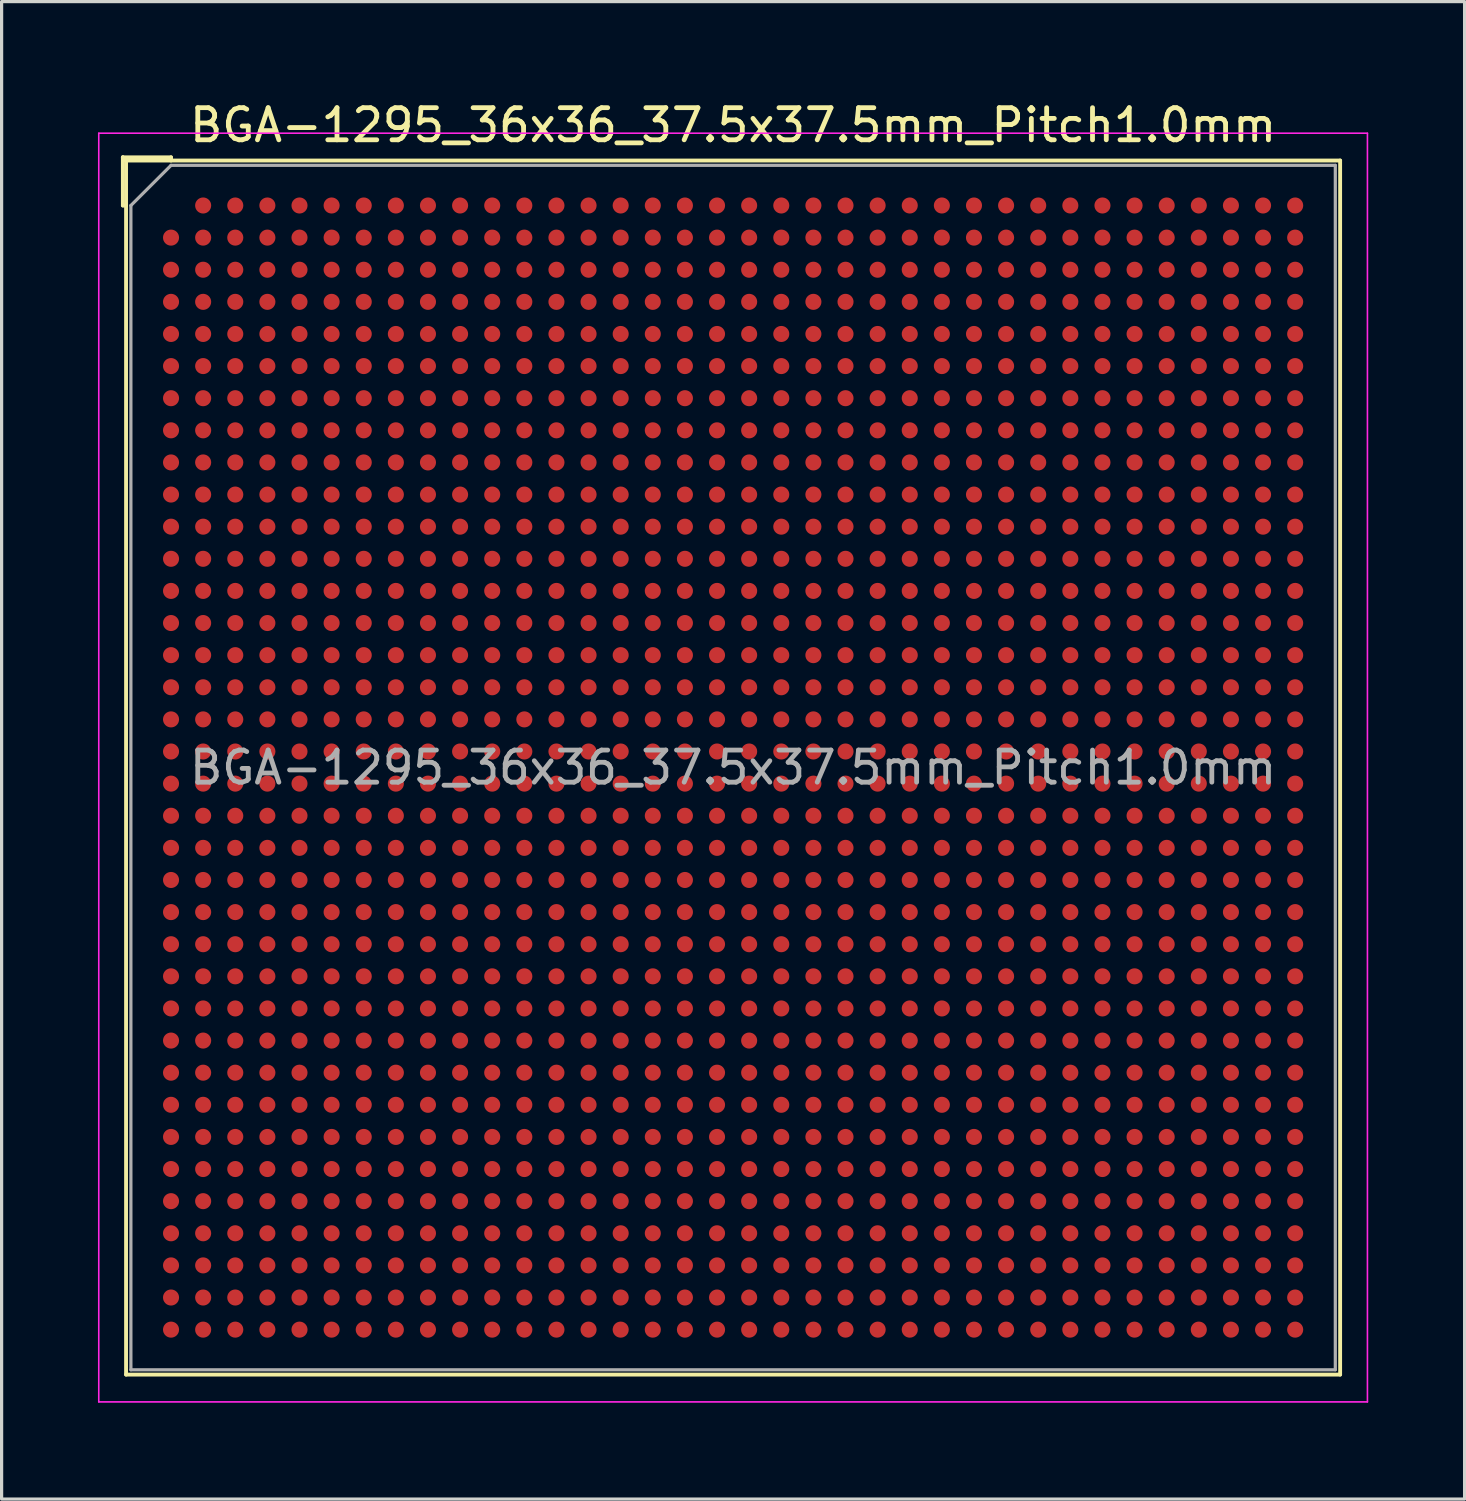
<source format=kicad_pcb>
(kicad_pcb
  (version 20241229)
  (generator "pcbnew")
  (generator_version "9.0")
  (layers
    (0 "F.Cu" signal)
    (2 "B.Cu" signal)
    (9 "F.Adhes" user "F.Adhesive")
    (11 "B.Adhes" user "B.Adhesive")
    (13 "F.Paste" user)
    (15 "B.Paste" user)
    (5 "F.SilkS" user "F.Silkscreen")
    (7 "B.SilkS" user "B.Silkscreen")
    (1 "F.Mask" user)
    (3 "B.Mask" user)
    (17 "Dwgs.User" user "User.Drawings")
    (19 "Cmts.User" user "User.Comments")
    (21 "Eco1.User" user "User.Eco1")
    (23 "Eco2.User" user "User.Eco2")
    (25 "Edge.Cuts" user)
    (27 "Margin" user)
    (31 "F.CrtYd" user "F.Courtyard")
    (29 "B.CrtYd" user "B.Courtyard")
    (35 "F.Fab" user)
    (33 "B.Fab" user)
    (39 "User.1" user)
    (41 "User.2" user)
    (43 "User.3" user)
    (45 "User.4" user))
  (footprint "BGA-1295_36x36_37.5x37.5mm_Pitch1.0mm"
    (layer "F.Cu")
    (at 19.775 20.848)
    (property "Reference" "BGA-1295_36x36_37.5x37.5mm_Pitch1.0mm" (at 0 -20 0) (layer "F.SilkS") (effects (font (size 1 1) (thickness 0.15))))
    (attr smd)
    (fp_line (start -19 -19) (end -17.5 -19) (stroke (width 0.12) (type solid)) (layer "F.SilkS"))
    (fp_line (start -19 -17.5) (end -19 -19) (stroke (width 0.12) (type solid)) (layer "F.SilkS"))
    (fp_line (start -19 -17.5) (end -18.9 -17.5) (stroke (width 0.12) (type solid)) (layer "F.SilkS"))
    (fp_line (start -18.9 -18.9) (end -19 -19) (stroke (width 0.12) (type solid)) (layer "F.SilkS"))
    (fp_line (start -18.9 -18.9) (end 18.9 -18.9) (stroke (width 0.12) (type solid)) (layer "F.SilkS"))
    (fp_line (start -18.9 18.9) (end -18.9 -18.9) (stroke (width 0.12) (type solid)) (layer "F.SilkS"))
    (fp_line (start -17.5 -19) (end -17.5 -18.9) (stroke (width 0.12) (type solid)) (layer "F.SilkS"))
    (fp_line (start 18.9 -18.9) (end 18.9 18.9) (stroke (width 0.12) (type solid)) (layer "F.SilkS"))
    (fp_line (start 18.9 18.9) (end -18.9 18.9) (stroke (width 0.12) (type solid)) (layer "F.SilkS"))
    (fp_line (start -19.75 -19.75) (end -19.75 19.75) (stroke (width 0.05) (type solid)) (layer "F.CrtYd"))
    (fp_line (start -19.75 -19.75) (end 19.75 -19.75) (stroke (width 0.05) (type solid)) (layer "F.CrtYd"))
    (fp_line (start 19.75 19.75) (end -19.75 19.75) (stroke (width 0.05) (type solid)) (layer "F.CrtYd"))
    (fp_line (start 19.75 19.75) (end 19.75 -19.75) (stroke (width 0.05) (type solid)) (layer "F.CrtYd"))
    (fp_line (start -18.75 -17.5) (end -17.5 -18.75) (stroke (width 0.1) (type solid)) (layer "F.Fab"))
    (fp_line (start -18.75 18.75) (end -18.75 -17.5) (stroke (width 0.1) (type solid)) (layer "F.Fab"))
    (fp_line (start -17.5 -18.75) (end 18.75 -18.75) (stroke (width 0.1) (type solid)) (layer "F.Fab"))
    (fp_line (start 18.75 -18.75) (end 18.75 18.75) (stroke (width 0.1) (type solid)) (layer "F.Fab"))
    (fp_line (start 18.75 18.75) (end -18.75 18.75) (stroke (width 0.1) (type solid)) (layer "F.Fab"))
    (fp_text user "${REFERENCE}" (at 0 0 0) (layer "F.Fab") (effects (font (size 1 1) (thickness 0.15))))
    (pad "A2" smd circle (at -16.5 -17.5) (size 0.5 0.5) (layers "F.Cu" "F.Mask" "F.Paste"))
    (pad "A3" smd circle (at -15.5 -17.5) (size 0.5 0.5) (layers "F.Cu" "F.Mask" "F.Paste"))
    (pad "A4" smd circle (at -14.5 -17.5) (size 0.5 0.5) (layers "F.Cu" "F.Mask" "F.Paste"))
    (pad "A5" smd circle (at -13.5 -17.5) (size 0.5 0.5) (layers "F.Cu" "F.Mask" "F.Paste"))
    (pad "A6" smd circle (at -12.5 -17.5) (size 0.5 0.5) (layers "F.Cu" "F.Mask" "F.Paste"))
    (pad "A7" smd circle (at -11.5 -17.5) (size 0.5 0.5) (layers "F.Cu" "F.Mask" "F.Paste"))
    (pad "A8" smd circle (at -10.5 -17.5) (size 0.5 0.5) (layers "F.Cu" "F.Mask" "F.Paste"))
    (pad "A9" smd circle (at -9.5 -17.5) (size 0.5 0.5) (layers "F.Cu" "F.Mask" "F.Paste"))
    (pad "A10" smd circle (at -8.5 -17.5) (size 0.5 0.5) (layers "F.Cu" "F.Mask" "F.Paste"))
    (pad "A11" smd circle (at -7.5 -17.5) (size 0.5 0.5) (layers "F.Cu" "F.Mask" "F.Paste"))
    (pad "A12" smd circle (at -6.5 -17.5) (size 0.5 0.5) (layers "F.Cu" "F.Mask" "F.Paste"))
    (pad "A13" smd circle (at -5.5 -17.5) (size 0.5 0.5) (layers "F.Cu" "F.Mask" "F.Paste"))
    (pad "A14" smd circle (at -4.5 -17.5) (size 0.5 0.5) (layers "F.Cu" "F.Mask" "F.Paste"))
    (pad "A15" smd circle (at -3.5 -17.5) (size 0.5 0.5) (layers "F.Cu" "F.Mask" "F.Paste"))
    (pad "A16" smd circle (at -2.5 -17.5) (size 0.5 0.5) (layers "F.Cu" "F.Mask" "F.Paste"))
    (pad "A17" smd circle (at -1.5 -17.5) (size 0.5 0.5) (layers "F.Cu" "F.Mask" "F.Paste"))
    (pad "A18" smd circle (at -0.5 -17.5) (size 0.5 0.5) (layers "F.Cu" "F.Mask" "F.Paste"))
    (pad "A19" smd circle (at 0.5 -17.5) (size 0.5 0.5) (layers "F.Cu" "F.Mask" "F.Paste"))
    (pad "A20" smd circle (at 1.5 -17.5) (size 0.5 0.5) (layers "F.Cu" "F.Mask" "F.Paste"))
    (pad "A21" smd circle (at 2.5 -17.5) (size 0.5 0.5) (layers "F.Cu" "F.Mask" "F.Paste"))
    (pad "A22" smd circle (at 3.5 -17.5) (size 0.5 0.5) (layers "F.Cu" "F.Mask" "F.Paste"))
    (pad "A23" smd circle (at 4.5 -17.5) (size 0.5 0.5) (layers "F.Cu" "F.Mask" "F.Paste"))
    (pad "A24" smd circle (at 5.5 -17.5) (size 0.5 0.5) (layers "F.Cu" "F.Mask" "F.Paste"))
    (pad "A25" smd circle (at 6.5 -17.5) (size 0.5 0.5) (layers "F.Cu" "F.Mask" "F.Paste"))
    (pad "A26" smd circle (at 7.5 -17.5) (size 0.5 0.5) (layers "F.Cu" "F.Mask" "F.Paste"))
    (pad "A27" smd circle (at 8.5 -17.5) (size 0.5 0.5) (layers "F.Cu" "F.Mask" "F.Paste"))
    (pad "A28" smd circle (at 9.5 -17.5) (size 0.5 0.5) (layers "F.Cu" "F.Mask" "F.Paste"))
    (pad "A29" smd circle (at 10.5 -17.5) (size 0.5 0.5) (layers "F.Cu" "F.Mask" "F.Paste"))
    (pad "A30" smd circle (at 11.5 -17.5) (size 0.5 0.5) (layers "F.Cu" "F.Mask" "F.Paste"))
    (pad "A31" smd circle (at 12.5 -17.5) (size 0.5 0.5) (layers "F.Cu" "F.Mask" "F.Paste"))
    (pad "A32" smd circle (at 13.5 -17.5) (size 0.5 0.5) (layers "F.Cu" "F.Mask" "F.Paste"))
    (pad "A33" smd circle (at 14.5 -17.5) (size 0.5 0.5) (layers "F.Cu" "F.Mask" "F.Paste"))
    (pad "A34" smd circle (at 15.5 -17.5) (size 0.5 0.5) (layers "F.Cu" "F.Mask" "F.Paste"))
    (pad "A35" smd circle (at 16.5 -17.5) (size 0.5 0.5) (layers "F.Cu" "F.Mask" "F.Paste"))
    (pad "A36" smd circle (at 17.5 -17.5) (size 0.5 0.5) (layers "F.Cu" "F.Mask" "F.Paste"))
    (pad "AA1" smd circle (at -17.5 2.5) (size 0.5 0.5) (layers "F.Cu" "F.Mask" "F.Paste"))
    (pad "AA2" smd circle (at -16.5 2.5) (size 0.5 0.5) (layers "F.Cu" "F.Mask" "F.Paste"))
    (pad "AA3" smd circle (at -15.5 2.5) (size 0.5 0.5) (layers "F.Cu" "F.Mask" "F.Paste"))
    (pad "AA4" smd circle (at -14.5 2.5) (size 0.5 0.5) (layers "F.Cu" "F.Mask" "F.Paste"))
    (pad "AA5" smd circle (at -13.5 2.5) (size 0.5 0.5) (layers "F.Cu" "F.Mask" "F.Paste"))
    (pad "AA6" smd circle (at -12.5 2.5) (size 0.5 0.5) (layers "F.Cu" "F.Mask" "F.Paste"))
    (pad "AA7" smd circle (at -11.5 2.5) (size 0.5 0.5) (layers "F.Cu" "F.Mask" "F.Paste"))
    (pad "AA8" smd circle (at -10.5 2.5) (size 0.5 0.5) (layers "F.Cu" "F.Mask" "F.Paste"))
    (pad "AA9" smd circle (at -9.5 2.5) (size 0.5 0.5) (layers "F.Cu" "F.Mask" "F.Paste"))
    (pad "AA10" smd circle (at -8.5 2.5) (size 0.5 0.5) (layers "F.Cu" "F.Mask" "F.Paste"))
    (pad "AA11" smd circle (at -7.5 2.5) (size 0.5 0.5) (layers "F.Cu" "F.Mask" "F.Paste"))
    (pad "AA12" smd circle (at -6.5 2.5) (size 0.5 0.5) (layers "F.Cu" "F.Mask" "F.Paste"))
    (pad "AA13" smd circle (at -5.5 2.5) (size 0.5 0.5) (layers "F.Cu" "F.Mask" "F.Paste"))
    (pad "AA14" smd circle (at -4.5 2.5) (size 0.5 0.5) (layers "F.Cu" "F.Mask" "F.Paste"))
    (pad "AA15" smd circle (at -3.5 2.5) (size 0.5 0.5) (layers "F.Cu" "F.Mask" "F.Paste"))
    (pad "AA16" smd circle (at -2.5 2.5) (size 0.5 0.5) (layers "F.Cu" "F.Mask" "F.Paste"))
    (pad "AA17" smd circle (at -1.5 2.5) (size 0.5 0.5) (layers "F.Cu" "F.Mask" "F.Paste"))
    (pad "AA18" smd circle (at -0.5 2.5) (size 0.5 0.5) (layers "F.Cu" "F.Mask" "F.Paste"))
    (pad "AA19" smd circle (at 0.5 2.5) (size 0.5 0.5) (layers "F.Cu" "F.Mask" "F.Paste"))
    (pad "AA20" smd circle (at 1.5 2.5) (size 0.5 0.5) (layers "F.Cu" "F.Mask" "F.Paste"))
    (pad "AA21" smd circle (at 2.5 2.5) (size 0.5 0.5) (layers "F.Cu" "F.Mask" "F.Paste"))
    (pad "AA22" smd circle (at 3.5 2.5) (size 0.5 0.5) (layers "F.Cu" "F.Mask" "F.Paste"))
    (pad "AA23" smd circle (at 4.5 2.5) (size 0.5 0.5) (layers "F.Cu" "F.Mask" "F.Paste"))
    (pad "AA24" smd circle (at 5.5 2.5) (size 0.5 0.5) (layers "F.Cu" "F.Mask" "F.Paste"))
    (pad "AA25" smd circle (at 6.5 2.5) (size 0.5 0.5) (layers "F.Cu" "F.Mask" "F.Paste"))
    (pad "AA26" smd circle (at 7.5 2.5) (size 0.5 0.5) (layers "F.Cu" "F.Mask" "F.Paste"))
    (pad "AA27" smd circle (at 8.5 2.5) (size 0.5 0.5) (layers "F.Cu" "F.Mask" "F.Paste"))
    (pad "AA28" smd circle (at 9.5 2.5) (size 0.5 0.5) (layers "F.Cu" "F.Mask" "F.Paste"))
    (pad "AA29" smd circle (at 10.5 2.5) (size 0.5 0.5) (layers "F.Cu" "F.Mask" "F.Paste"))
    (pad "AA30" smd circle (at 11.5 2.5) (size 0.5 0.5) (layers "F.Cu" "F.Mask" "F.Paste"))
    (pad "AA31" smd circle (at 12.5 2.5) (size 0.5 0.5) (layers "F.Cu" "F.Mask" "F.Paste"))
    (pad "AA32" smd circle (at 13.5 2.5) (size 0.5 0.5) (layers "F.Cu" "F.Mask" "F.Paste"))
    (pad "AA33" smd circle (at 14.5 2.5) (size 0.5 0.5) (layers "F.Cu" "F.Mask" "F.Paste"))
    (pad "AA34" smd circle (at 15.5 2.5) (size 0.5 0.5) (layers "F.Cu" "F.Mask" "F.Paste"))
    (pad "AA35" smd circle (at 16.5 2.5) (size 0.5 0.5) (layers "F.Cu" "F.Mask" "F.Paste"))
    (pad "AA36" smd circle (at 17.5 2.5) (size 0.5 0.5) (layers "F.Cu" "F.Mask" "F.Paste"))
    (pad "AB1" smd circle (at -17.5 3.5) (size 0.5 0.5) (layers "F.Cu" "F.Mask" "F.Paste"))
    (pad "AB2" smd circle (at -16.5 3.5) (size 0.5 0.5) (layers "F.Cu" "F.Mask" "F.Paste"))
    (pad "AB3" smd circle (at -15.5 3.5) (size 0.5 0.5) (layers "F.Cu" "F.Mask" "F.Paste"))
    (pad "AB4" smd circle (at -14.5 3.5) (size 0.5 0.5) (layers "F.Cu" "F.Mask" "F.Paste"))
    (pad "AB5" smd circle (at -13.5 3.5) (size 0.5 0.5) (layers "F.Cu" "F.Mask" "F.Paste"))
    (pad "AB6" smd circle (at -12.5 3.5) (size 0.5 0.5) (layers "F.Cu" "F.Mask" "F.Paste"))
    (pad "AB7" smd circle (at -11.5 3.5) (size 0.5 0.5) (layers "F.Cu" "F.Mask" "F.Paste"))
    (pad "AB8" smd circle (at -10.5 3.5) (size 0.5 0.5) (layers "F.Cu" "F.Mask" "F.Paste"))
    (pad "AB9" smd circle (at -9.5 3.5) (size 0.5 0.5) (layers "F.Cu" "F.Mask" "F.Paste"))
    (pad "AB10" smd circle (at -8.5 3.5) (size 0.5 0.5) (layers "F.Cu" "F.Mask" "F.Paste"))
    (pad "AB11" smd circle (at -7.5 3.5) (size 0.5 0.5) (layers "F.Cu" "F.Mask" "F.Paste"))
    (pad "AB12" smd circle (at -6.5 3.5) (size 0.5 0.5) (layers "F.Cu" "F.Mask" "F.Paste"))
    (pad "AB13" smd circle (at -5.5 3.5) (size 0.5 0.5) (layers "F.Cu" "F.Mask" "F.Paste"))
    (pad "AB14" smd circle (at -4.5 3.5) (size 0.5 0.5) (layers "F.Cu" "F.Mask" "F.Paste"))
    (pad "AB15" smd circle (at -3.5 3.5) (size 0.5 0.5) (layers "F.Cu" "F.Mask" "F.Paste"))
    (pad "AB16" smd circle (at -2.5 3.5) (size 0.5 0.5) (layers "F.Cu" "F.Mask" "F.Paste"))
    (pad "AB17" smd circle (at -1.5 3.5) (size 0.5 0.5) (layers "F.Cu" "F.Mask" "F.Paste"))
    (pad "AB18" smd circle (at -0.5 3.5) (size 0.5 0.5) (layers "F.Cu" "F.Mask" "F.Paste"))
    (pad "AB19" smd circle (at 0.5 3.5) (size 0.5 0.5) (layers "F.Cu" "F.Mask" "F.Paste"))
    (pad "AB20" smd circle (at 1.5 3.5) (size 0.5 0.5) (layers "F.Cu" "F.Mask" "F.Paste"))
    (pad "AB21" smd circle (at 2.5 3.5) (size 0.5 0.5) (layers "F.Cu" "F.Mask" "F.Paste"))
    (pad "AB22" smd circle (at 3.5 3.5) (size 0.5 0.5) (layers "F.Cu" "F.Mask" "F.Paste"))
    (pad "AB23" smd circle (at 4.5 3.5) (size 0.5 0.5) (layers "F.Cu" "F.Mask" "F.Paste"))
    (pad "AB24" smd circle (at 5.5 3.5) (size 0.5 0.5) (layers "F.Cu" "F.Mask" "F.Paste"))
    (pad "AB25" smd circle (at 6.5 3.5) (size 0.5 0.5) (layers "F.Cu" "F.Mask" "F.Paste"))
    (pad "AB26" smd circle (at 7.5 3.5) (size 0.5 0.5) (layers "F.Cu" "F.Mask" "F.Paste"))
    (pad "AB27" smd circle (at 8.5 3.5) (size 0.5 0.5) (layers "F.Cu" "F.Mask" "F.Paste"))
    (pad "AB28" smd circle (at 9.5 3.5) (size 0.5 0.5) (layers "F.Cu" "F.Mask" "F.Paste"))
    (pad "AB29" smd circle (at 10.5 3.5) (size 0.5 0.5) (layers "F.Cu" "F.Mask" "F.Paste"))
    (pad "AB30" smd circle (at 11.5 3.5) (size 0.5 0.5) (layers "F.Cu" "F.Mask" "F.Paste"))
    (pad "AB31" smd circle (at 12.5 3.5) (size 0.5 0.5) (layers "F.Cu" "F.Mask" "F.Paste"))
    (pad "AB32" smd circle (at 13.5 3.5) (size 0.5 0.5) (layers "F.Cu" "F.Mask" "F.Paste"))
    (pad "AB33" smd circle (at 14.5 3.5) (size 0.5 0.5) (layers "F.Cu" "F.Mask" "F.Paste"))
    (pad "AB34" smd circle (at 15.5 3.5) (size 0.5 0.5) (layers "F.Cu" "F.Mask" "F.Paste"))
    (pad "AB35" smd circle (at 16.5 3.5) (size 0.5 0.5) (layers "F.Cu" "F.Mask" "F.Paste"))
    (pad "AB36" smd circle (at 17.5 3.5) (size 0.5 0.5) (layers "F.Cu" "F.Mask" "F.Paste"))
    (pad "AC1" smd circle (at -17.5 4.5) (size 0.5 0.5) (layers "F.Cu" "F.Mask" "F.Paste"))
    (pad "AC2" smd circle (at -16.5 4.5) (size 0.5 0.5) (layers "F.Cu" "F.Mask" "F.Paste"))
    (pad "AC3" smd circle (at -15.5 4.5) (size 0.5 0.5) (layers "F.Cu" "F.Mask" "F.Paste"))
    (pad "AC4" smd circle (at -14.5 4.5) (size 0.5 0.5) (layers "F.Cu" "F.Mask" "F.Paste"))
    (pad "AC5" smd circle (at -13.5 4.5) (size 0.5 0.5) (layers "F.Cu" "F.Mask" "F.Paste"))
    (pad "AC6" smd circle (at -12.5 4.5) (size 0.5 0.5) (layers "F.Cu" "F.Mask" "F.Paste"))
    (pad "AC7" smd circle (at -11.5 4.5) (size 0.5 0.5) (layers "F.Cu" "F.Mask" "F.Paste"))
    (pad "AC8" smd circle (at -10.5 4.5) (size 0.5 0.5) (layers "F.Cu" "F.Mask" "F.Paste"))
    (pad "AC9" smd circle (at -9.5 4.5) (size 0.5 0.5) (layers "F.Cu" "F.Mask" "F.Paste"))
    (pad "AC10" smd circle (at -8.5 4.5) (size 0.5 0.5) (layers "F.Cu" "F.Mask" "F.Paste"))
    (pad "AC11" smd circle (at -7.5 4.5) (size 0.5 0.5) (layers "F.Cu" "F.Mask" "F.Paste"))
    (pad "AC12" smd circle (at -6.5 4.5) (size 0.5 0.5) (layers "F.Cu" "F.Mask" "F.Paste"))
    (pad "AC13" smd circle (at -5.5 4.5) (size 0.5 0.5) (layers "F.Cu" "F.Mask" "F.Paste"))
    (pad "AC14" smd circle (at -4.5 4.5) (size 0.5 0.5) (layers "F.Cu" "F.Mask" "F.Paste"))
    (pad "AC15" smd circle (at -3.5 4.5) (size 0.5 0.5) (layers "F.Cu" "F.Mask" "F.Paste"))
    (pad "AC16" smd circle (at -2.5 4.5) (size 0.5 0.5) (layers "F.Cu" "F.Mask" "F.Paste"))
    (pad "AC17" smd circle (at -1.5 4.5) (size 0.5 0.5) (layers "F.Cu" "F.Mask" "F.Paste"))
    (pad "AC18" smd circle (at -0.5 4.5) (size 0.5 0.5) (layers "F.Cu" "F.Mask" "F.Paste"))
    (pad "AC19" smd circle (at 0.5 4.5) (size 0.5 0.5) (layers "F.Cu" "F.Mask" "F.Paste"))
    (pad "AC20" smd circle (at 1.5 4.5) (size 0.5 0.5) (layers "F.Cu" "F.Mask" "F.Paste"))
    (pad "AC21" smd circle (at 2.5 4.5) (size 0.5 0.5) (layers "F.Cu" "F.Mask" "F.Paste"))
    (pad "AC22" smd circle (at 3.5 4.5) (size 0.5 0.5) (layers "F.Cu" "F.Mask" "F.Paste"))
    (pad "AC23" smd circle (at 4.5 4.5) (size 0.5 0.5) (layers "F.Cu" "F.Mask" "F.Paste"))
    (pad "AC24" smd circle (at 5.5 4.5) (size 0.5 0.5) (layers "F.Cu" "F.Mask" "F.Paste"))
    (pad "AC25" smd circle (at 6.5 4.5) (size 0.5 0.5) (layers "F.Cu" "F.Mask" "F.Paste"))
    (pad "AC26" smd circle (at 7.5 4.5) (size 0.5 0.5) (layers "F.Cu" "F.Mask" "F.Paste"))
    (pad "AC27" smd circle (at 8.5 4.5) (size 0.5 0.5) (layers "F.Cu" "F.Mask" "F.Paste"))
    (pad "AC28" smd circle (at 9.5 4.5) (size 0.5 0.5) (layers "F.Cu" "F.Mask" "F.Paste"))
    (pad "AC29" smd circle (at 10.5 4.5) (size 0.5 0.5) (layers "F.Cu" "F.Mask" "F.Paste"))
    (pad "AC30" smd circle (at 11.5 4.5) (size 0.5 0.5) (layers "F.Cu" "F.Mask" "F.Paste"))
    (pad "AC31" smd circle (at 12.5 4.5) (size 0.5 0.5) (layers "F.Cu" "F.Mask" "F.Paste"))
    (pad "AC32" smd circle (at 13.5 4.5) (size 0.5 0.5) (layers "F.Cu" "F.Mask" "F.Paste"))
    (pad "AC33" smd circle (at 14.5 4.5) (size 0.5 0.5) (layers "F.Cu" "F.Mask" "F.Paste"))
    (pad "AC34" smd circle (at 15.5 4.5) (size 0.5 0.5) (layers "F.Cu" "F.Mask" "F.Paste"))
    (pad "AC35" smd circle (at 16.5 4.5) (size 0.5 0.5) (layers "F.Cu" "F.Mask" "F.Paste"))
    (pad "AC36" smd circle (at 17.5 4.5) (size 0.5 0.5) (layers "F.Cu" "F.Mask" "F.Paste"))
    (pad "AD1" smd circle (at -17.5 5.5) (size 0.5 0.5) (layers "F.Cu" "F.Mask" "F.Paste"))
    (pad "AD2" smd circle (at -16.5 5.5) (size 0.5 0.5) (layers "F.Cu" "F.Mask" "F.Paste"))
    (pad "AD3" smd circle (at -15.5 5.5) (size 0.5 0.5) (layers "F.Cu" "F.Mask" "F.Paste"))
    (pad "AD4" smd circle (at -14.5 5.5) (size 0.5 0.5) (layers "F.Cu" "F.Mask" "F.Paste"))
    (pad "AD5" smd circle (at -13.5 5.5) (size 0.5 0.5) (layers "F.Cu" "F.Mask" "F.Paste"))
    (pad "AD6" smd circle (at -12.5 5.5) (size 0.5 0.5) (layers "F.Cu" "F.Mask" "F.Paste"))
    (pad "AD7" smd circle (at -11.5 5.5) (size 0.5 0.5) (layers "F.Cu" "F.Mask" "F.Paste"))
    (pad "AD8" smd circle (at -10.5 5.5) (size 0.5 0.5) (layers "F.Cu" "F.Mask" "F.Paste"))
    (pad "AD9" smd circle (at -9.5 5.5) (size 0.5 0.5) (layers "F.Cu" "F.Mask" "F.Paste"))
    (pad "AD10" smd circle (at -8.5 5.5) (size 0.5 0.5) (layers "F.Cu" "F.Mask" "F.Paste"))
    (pad "AD11" smd circle (at -7.5 5.5) (size 0.5 0.5) (layers "F.Cu" "F.Mask" "F.Paste"))
    (pad "AD12" smd circle (at -6.5 5.5) (size 0.5 0.5) (layers "F.Cu" "F.Mask" "F.Paste"))
    (pad "AD13" smd circle (at -5.5 5.5) (size 0.5 0.5) (layers "F.Cu" "F.Mask" "F.Paste"))
    (pad "AD14" smd circle (at -4.5 5.5) (size 0.5 0.5) (layers "F.Cu" "F.Mask" "F.Paste"))
    (pad "AD15" smd circle (at -3.5 5.5) (size 0.5 0.5) (layers "F.Cu" "F.Mask" "F.Paste"))
    (pad "AD16" smd circle (at -2.5 5.5) (size 0.5 0.5) (layers "F.Cu" "F.Mask" "F.Paste"))
    (pad "AD17" smd circle (at -1.5 5.5) (size 0.5 0.5) (layers "F.Cu" "F.Mask" "F.Paste"))
    (pad "AD18" smd circle (at -0.5 5.5) (size 0.5 0.5) (layers "F.Cu" "F.Mask" "F.Paste"))
    (pad "AD19" smd circle (at 0.5 5.5) (size 0.5 0.5) (layers "F.Cu" "F.Mask" "F.Paste"))
    (pad "AD20" smd circle (at 1.5 5.5) (size 0.5 0.5) (layers "F.Cu" "F.Mask" "F.Paste"))
    (pad "AD21" smd circle (at 2.5 5.5) (size 0.5 0.5) (layers "F.Cu" "F.Mask" "F.Paste"))
    (pad "AD22" smd circle (at 3.5 5.5) (size 0.5 0.5) (layers "F.Cu" "F.Mask" "F.Paste"))
    (pad "AD23" smd circle (at 4.5 5.5) (size 0.5 0.5) (layers "F.Cu" "F.Mask" "F.Paste"))
    (pad "AD24" smd circle (at 5.5 5.5) (size 0.5 0.5) (layers "F.Cu" "F.Mask" "F.Paste"))
    (pad "AD25" smd circle (at 6.5 5.5) (size 0.5 0.5) (layers "F.Cu" "F.Mask" "F.Paste"))
    (pad "AD26" smd circle (at 7.5 5.5) (size 0.5 0.5) (layers "F.Cu" "F.Mask" "F.Paste"))
    (pad "AD27" smd circle (at 8.5 5.5) (size 0.5 0.5) (layers "F.Cu" "F.Mask" "F.Paste"))
    (pad "AD28" smd circle (at 9.5 5.5) (size 0.5 0.5) (layers "F.Cu" "F.Mask" "F.Paste"))
    (pad "AD29" smd circle (at 10.5 5.5) (size 0.5 0.5) (layers "F.Cu" "F.Mask" "F.Paste"))
    (pad "AD30" smd circle (at 11.5 5.5) (size 0.5 0.5) (layers "F.Cu" "F.Mask" "F.Paste"))
    (pad "AD31" smd circle (at 12.5 5.5) (size 0.5 0.5) (layers "F.Cu" "F.Mask" "F.Paste"))
    (pad "AD32" smd circle (at 13.5 5.5) (size 0.5 0.5) (layers "F.Cu" "F.Mask" "F.Paste"))
    (pad "AD33" smd circle (at 14.5 5.5) (size 0.5 0.5) (layers "F.Cu" "F.Mask" "F.Paste"))
    (pad "AD34" smd circle (at 15.5 5.5) (size 0.5 0.5) (layers "F.Cu" "F.Mask" "F.Paste"))
    (pad "AD35" smd circle (at 16.5 5.5) (size 0.5 0.5) (layers "F.Cu" "F.Mask" "F.Paste"))
    (pad "AD36" smd circle (at 17.5 5.5) (size 0.5 0.5) (layers "F.Cu" "F.Mask" "F.Paste"))
    (pad "AE1" smd circle (at -17.5 6.5) (size 0.5 0.5) (layers "F.Cu" "F.Mask" "F.Paste"))
    (pad "AE2" smd circle (at -16.5 6.5) (size 0.5 0.5) (layers "F.Cu" "F.Mask" "F.Paste"))
    (pad "AE3" smd circle (at -15.5 6.5) (size 0.5 0.5) (layers "F.Cu" "F.Mask" "F.Paste"))
    (pad "AE4" smd circle (at -14.5 6.5) (size 0.5 0.5) (layers "F.Cu" "F.Mask" "F.Paste"))
    (pad "AE5" smd circle (at -13.5 6.5) (size 0.5 0.5) (layers "F.Cu" "F.Mask" "F.Paste"))
    (pad "AE6" smd circle (at -12.5 6.5) (size 0.5 0.5) (layers "F.Cu" "F.Mask" "F.Paste"))
    (pad "AE7" smd circle (at -11.5 6.5) (size 0.5 0.5) (layers "F.Cu" "F.Mask" "F.Paste"))
    (pad "AE8" smd circle (at -10.5 6.5) (size 0.5 0.5) (layers "F.Cu" "F.Mask" "F.Paste"))
    (pad "AE9" smd circle (at -9.5 6.5) (size 0.5 0.5) (layers "F.Cu" "F.Mask" "F.Paste"))
    (pad "AE10" smd circle (at -8.5 6.5) (size 0.5 0.5) (layers "F.Cu" "F.Mask" "F.Paste"))
    (pad "AE11" smd circle (at -7.5 6.5) (size 0.5 0.5) (layers "F.Cu" "F.Mask" "F.Paste"))
    (pad "AE12" smd circle (at -6.5 6.5) (size 0.5 0.5) (layers "F.Cu" "F.Mask" "F.Paste"))
    (pad "AE13" smd circle (at -5.5 6.5) (size 0.5 0.5) (layers "F.Cu" "F.Mask" "F.Paste"))
    (pad "AE14" smd circle (at -4.5 6.5) (size 0.5 0.5) (layers "F.Cu" "F.Mask" "F.Paste"))
    (pad "AE15" smd circle (at -3.5 6.5) (size 0.5 0.5) (layers "F.Cu" "F.Mask" "F.Paste"))
    (pad "AE16" smd circle (at -2.5 6.5) (size 0.5 0.5) (layers "F.Cu" "F.Mask" "F.Paste"))
    (pad "AE17" smd circle (at -1.5 6.5) (size 0.5 0.5) (layers "F.Cu" "F.Mask" "F.Paste"))
    (pad "AE18" smd circle (at -0.5 6.5) (size 0.5 0.5) (layers "F.Cu" "F.Mask" "F.Paste"))
    (pad "AE19" smd circle (at 0.5 6.5) (size 0.5 0.5) (layers "F.Cu" "F.Mask" "F.Paste"))
    (pad "AE20" smd circle (at 1.5 6.5) (size 0.5 0.5) (layers "F.Cu" "F.Mask" "F.Paste"))
    (pad "AE21" smd circle (at 2.5 6.5) (size 0.5 0.5) (layers "F.Cu" "F.Mask" "F.Paste"))
    (pad "AE22" smd circle (at 3.5 6.5) (size 0.5 0.5) (layers "F.Cu" "F.Mask" "F.Paste"))
    (pad "AE23" smd circle (at 4.5 6.5) (size 0.5 0.5) (layers "F.Cu" "F.Mask" "F.Paste"))
    (pad "AE24" smd circle (at 5.5 6.5) (size 0.5 0.5) (layers "F.Cu" "F.Mask" "F.Paste"))
    (pad "AE25" smd circle (at 6.5 6.5) (size 0.5 0.5) (layers "F.Cu" "F.Mask" "F.Paste"))
    (pad "AE26" smd circle (at 7.5 6.5) (size 0.5 0.5) (layers "F.Cu" "F.Mask" "F.Paste"))
    (pad "AE27" smd circle (at 8.5 6.5) (size 0.5 0.5) (layers "F.Cu" "F.Mask" "F.Paste"))
    (pad "AE28" smd circle (at 9.5 6.5) (size 0.5 0.5) (layers "F.Cu" "F.Mask" "F.Paste"))
    (pad "AE29" smd circle (at 10.5 6.5) (size 0.5 0.5) (layers "F.Cu" "F.Mask" "F.Paste"))
    (pad "AE30" smd circle (at 11.5 6.5) (size 0.5 0.5) (layers "F.Cu" "F.Mask" "F.Paste"))
    (pad "AE31" smd circle (at 12.5 6.5) (size 0.5 0.5) (layers "F.Cu" "F.Mask" "F.Paste"))
    (pad "AE32" smd circle (at 13.5 6.5) (size 0.5 0.5) (layers "F.Cu" "F.Mask" "F.Paste"))
    (pad "AE33" smd circle (at 14.5 6.5) (size 0.5 0.5) (layers "F.Cu" "F.Mask" "F.Paste"))
    (pad "AE34" smd circle (at 15.5 6.5) (size 0.5 0.5) (layers "F.Cu" "F.Mask" "F.Paste"))
    (pad "AE35" smd circle (at 16.5 6.5) (size 0.5 0.5) (layers "F.Cu" "F.Mask" "F.Paste"))
    (pad "AE36" smd circle (at 17.5 6.5) (size 0.5 0.5) (layers "F.Cu" "F.Mask" "F.Paste"))
    (pad "AF1" smd circle (at -17.5 7.5) (size 0.5 0.5) (layers "F.Cu" "F.Mask" "F.Paste"))
    (pad "AF2" smd circle (at -16.5 7.5) (size 0.5 0.5) (layers "F.Cu" "F.Mask" "F.Paste"))
    (pad "AF3" smd circle (at -15.5 7.5) (size 0.5 0.5) (layers "F.Cu" "F.Mask" "F.Paste"))
    (pad "AF4" smd circle (at -14.5 7.5) (size 0.5 0.5) (layers "F.Cu" "F.Mask" "F.Paste"))
    (pad "AF5" smd circle (at -13.5 7.5) (size 0.5 0.5) (layers "F.Cu" "F.Mask" "F.Paste"))
    (pad "AF6" smd circle (at -12.5 7.5) (size 0.5 0.5) (layers "F.Cu" "F.Mask" "F.Paste"))
    (pad "AF7" smd circle (at -11.5 7.5) (size 0.5 0.5) (layers "F.Cu" "F.Mask" "F.Paste"))
    (pad "AF8" smd circle (at -10.5 7.5) (size 0.5 0.5) (layers "F.Cu" "F.Mask" "F.Paste"))
    (pad "AF9" smd circle (at -9.5 7.5) (size 0.5 0.5) (layers "F.Cu" "F.Mask" "F.Paste"))
    (pad "AF10" smd circle (at -8.5 7.5) (size 0.5 0.5) (layers "F.Cu" "F.Mask" "F.Paste"))
    (pad "AF11" smd circle (at -7.5 7.5) (size 0.5 0.5) (layers "F.Cu" "F.Mask" "F.Paste"))
    (pad "AF12" smd circle (at -6.5 7.5) (size 0.5 0.5) (layers "F.Cu" "F.Mask" "F.Paste"))
    (pad "AF13" smd circle (at -5.5 7.5) (size 0.5 0.5) (layers "F.Cu" "F.Mask" "F.Paste"))
    (pad "AF14" smd circle (at -4.5 7.5) (size 0.5 0.5) (layers "F.Cu" "F.Mask" "F.Paste"))
    (pad "AF15" smd circle (at -3.5 7.5) (size 0.5 0.5) (layers "F.Cu" "F.Mask" "F.Paste"))
    (pad "AF16" smd circle (at -2.5 7.5) (size 0.5 0.5) (layers "F.Cu" "F.Mask" "F.Paste"))
    (pad "AF17" smd circle (at -1.5 7.5) (size 0.5 0.5) (layers "F.Cu" "F.Mask" "F.Paste"))
    (pad "AF18" smd circle (at -0.5 7.5) (size 0.5 0.5) (layers "F.Cu" "F.Mask" "F.Paste"))
    (pad "AF19" smd circle (at 0.5 7.5) (size 0.5 0.5) (layers "F.Cu" "F.Mask" "F.Paste"))
    (pad "AF20" smd circle (at 1.5 7.5) (size 0.5 0.5) (layers "F.Cu" "F.Mask" "F.Paste"))
    (pad "AF21" smd circle (at 2.5 7.5) (size 0.5 0.5) (layers "F.Cu" "F.Mask" "F.Paste"))
    (pad "AF22" smd circle (at 3.5 7.5) (size 0.5 0.5) (layers "F.Cu" "F.Mask" "F.Paste"))
    (pad "AF23" smd circle (at 4.5 7.5) (size 0.5 0.5) (layers "F.Cu" "F.Mask" "F.Paste"))
    (pad "AF24" smd circle (at 5.5 7.5) (size 0.5 0.5) (layers "F.Cu" "F.Mask" "F.Paste"))
    (pad "AF25" smd circle (at 6.5 7.5) (size 0.5 0.5) (layers "F.Cu" "F.Mask" "F.Paste"))
    (pad "AF26" smd circle (at 7.5 7.5) (size 0.5 0.5) (layers "F.Cu" "F.Mask" "F.Paste"))
    (pad "AF27" smd circle (at 8.5 7.5) (size 0.5 0.5) (layers "F.Cu" "F.Mask" "F.Paste"))
    (pad "AF28" smd circle (at 9.5 7.5) (size 0.5 0.5) (layers "F.Cu" "F.Mask" "F.Paste"))
    (pad "AF29" smd circle (at 10.5 7.5) (size 0.5 0.5) (layers "F.Cu" "F.Mask" "F.Paste"))
    (pad "AF30" smd circle (at 11.5 7.5) (size 0.5 0.5) (layers "F.Cu" "F.Mask" "F.Paste"))
    (pad "AF31" smd circle (at 12.5 7.5) (size 0.5 0.5) (layers "F.Cu" "F.Mask" "F.Paste"))
    (pad "AF32" smd circle (at 13.5 7.5) (size 0.5 0.5) (layers "F.Cu" "F.Mask" "F.Paste"))
    (pad "AF33" smd circle (at 14.5 7.5) (size 0.5 0.5) (layers "F.Cu" "F.Mask" "F.Paste"))
    (pad "AF34" smd circle (at 15.5 7.5) (size 0.5 0.5) (layers "F.Cu" "F.Mask" "F.Paste"))
    (pad "AF35" smd circle (at 16.5 7.5) (size 0.5 0.5) (layers "F.Cu" "F.Mask" "F.Paste"))
    (pad "AF36" smd circle (at 17.5 7.5) (size 0.5 0.5) (layers "F.Cu" "F.Mask" "F.Paste"))
    (pad "AG1" smd circle (at -17.5 8.5) (size 0.5 0.5) (layers "F.Cu" "F.Mask" "F.Paste"))
    (pad "AG2" smd circle (at -16.5 8.5) (size 0.5 0.5) (layers "F.Cu" "F.Mask" "F.Paste"))
    (pad "AG3" smd circle (at -15.5 8.5) (size 0.5 0.5) (layers "F.Cu" "F.Mask" "F.Paste"))
    (pad "AG4" smd circle (at -14.5 8.5) (size 0.5 0.5) (layers "F.Cu" "F.Mask" "F.Paste"))
    (pad "AG5" smd circle (at -13.5 8.5) (size 0.5 0.5) (layers "F.Cu" "F.Mask" "F.Paste"))
    (pad "AG6" smd circle (at -12.5 8.5) (size 0.5 0.5) (layers "F.Cu" "F.Mask" "F.Paste"))
    (pad "AG7" smd circle (at -11.5 8.5) (size 0.5 0.5) (layers "F.Cu" "F.Mask" "F.Paste"))
    (pad "AG8" smd circle (at -10.5 8.5) (size 0.5 0.5) (layers "F.Cu" "F.Mask" "F.Paste"))
    (pad "AG9" smd circle (at -9.5 8.5) (size 0.5 0.5) (layers "F.Cu" "F.Mask" "F.Paste"))
    (pad "AG10" smd circle (at -8.5 8.5) (size 0.5 0.5) (layers "F.Cu" "F.Mask" "F.Paste"))
    (pad "AG11" smd circle (at -7.5 8.5) (size 0.5 0.5) (layers "F.Cu" "F.Mask" "F.Paste"))
    (pad "AG12" smd circle (at -6.5 8.5) (size 0.5 0.5) (layers "F.Cu" "F.Mask" "F.Paste"))
    (pad "AG13" smd circle (at -5.5 8.5) (size 0.5 0.5) (layers "F.Cu" "F.Mask" "F.Paste"))
    (pad "AG14" smd circle (at -4.5 8.5) (size 0.5 0.5) (layers "F.Cu" "F.Mask" "F.Paste"))
    (pad "AG15" smd circle (at -3.5 8.5) (size 0.5 0.5) (layers "F.Cu" "F.Mask" "F.Paste"))
    (pad "AG16" smd circle (at -2.5 8.5) (size 0.5 0.5) (layers "F.Cu" "F.Mask" "F.Paste"))
    (pad "AG17" smd circle (at -1.5 8.5) (size 0.5 0.5) (layers "F.Cu" "F.Mask" "F.Paste"))
    (pad "AG18" smd circle (at -0.5 8.5) (size 0.5 0.5) (layers "F.Cu" "F.Mask" "F.Paste"))
    (pad "AG19" smd circle (at 0.5 8.5) (size 0.5 0.5) (layers "F.Cu" "F.Mask" "F.Paste"))
    (pad "AG20" smd circle (at 1.5 8.5) (size 0.5 0.5) (layers "F.Cu" "F.Mask" "F.Paste"))
    (pad "AG21" smd circle (at 2.5 8.5) (size 0.5 0.5) (layers "F.Cu" "F.Mask" "F.Paste"))
    (pad "AG22" smd circle (at 3.5 8.5) (size 0.5 0.5) (layers "F.Cu" "F.Mask" "F.Paste"))
    (pad "AG23" smd circle (at 4.5 8.5) (size 0.5 0.5) (layers "F.Cu" "F.Mask" "F.Paste"))
    (pad "AG24" smd circle (at 5.5 8.5) (size 0.5 0.5) (layers "F.Cu" "F.Mask" "F.Paste"))
    (pad "AG25" smd circle (at 6.5 8.5) (size 0.5 0.5) (layers "F.Cu" "F.Mask" "F.Paste"))
    (pad "AG26" smd circle (at 7.5 8.5) (size 0.5 0.5) (layers "F.Cu" "F.Mask" "F.Paste"))
    (pad "AG27" smd circle (at 8.5 8.5) (size 0.5 0.5) (layers "F.Cu" "F.Mask" "F.Paste"))
    (pad "AG28" smd circle (at 9.5 8.5) (size 0.5 0.5) (layers "F.Cu" "F.Mask" "F.Paste"))
    (pad "AG29" smd circle (at 10.5 8.5) (size 0.5 0.5) (layers "F.Cu" "F.Mask" "F.Paste"))
    (pad "AG30" smd circle (at 11.5 8.5) (size 0.5 0.5) (layers "F.Cu" "F.Mask" "F.Paste"))
    (pad "AG31" smd circle (at 12.5 8.5) (size 0.5 0.5) (layers "F.Cu" "F.Mask" "F.Paste"))
    (pad "AG32" smd circle (at 13.5 8.5) (size 0.5 0.5) (layers "F.Cu" "F.Mask" "F.Paste"))
    (pad "AG33" smd circle (at 14.5 8.5) (size 0.5 0.5) (layers "F.Cu" "F.Mask" "F.Paste"))
    (pad "AG34" smd circle (at 15.5 8.5) (size 0.5 0.5) (layers "F.Cu" "F.Mask" "F.Paste"))
    (pad "AG35" smd circle (at 16.5 8.5) (size 0.5 0.5) (layers "F.Cu" "F.Mask" "F.Paste"))
    (pad "AG36" smd circle (at 17.5 8.5) (size 0.5 0.5) (layers "F.Cu" "F.Mask" "F.Paste"))
    (pad "AH1" smd circle (at -17.5 9.5) (size 0.5 0.5) (layers "F.Cu" "F.Mask" "F.Paste"))
    (pad "AH2" smd circle (at -16.5 9.5) (size 0.5 0.5) (layers "F.Cu" "F.Mask" "F.Paste"))
    (pad "AH3" smd circle (at -15.5 9.5) (size 0.5 0.5) (layers "F.Cu" "F.Mask" "F.Paste"))
    (pad "AH4" smd circle (at -14.5 9.5) (size 0.5 0.5) (layers "F.Cu" "F.Mask" "F.Paste"))
    (pad "AH5" smd circle (at -13.5 9.5) (size 0.5 0.5) (layers "F.Cu" "F.Mask" "F.Paste"))
    (pad "AH6" smd circle (at -12.5 9.5) (size 0.5 0.5) (layers "F.Cu" "F.Mask" "F.Paste"))
    (pad "AH7" smd circle (at -11.5 9.5) (size 0.5 0.5) (layers "F.Cu" "F.Mask" "F.Paste"))
    (pad "AH8" smd circle (at -10.5 9.5) (size 0.5 0.5) (layers "F.Cu" "F.Mask" "F.Paste"))
    (pad "AH9" smd circle (at -9.5 9.5) (size 0.5 0.5) (layers "F.Cu" "F.Mask" "F.Paste"))
    (pad "AH10" smd circle (at -8.5 9.5) (size 0.5 0.5) (layers "F.Cu" "F.Mask" "F.Paste"))
    (pad "AH11" smd circle (at -7.5 9.5) (size 0.5 0.5) (layers "F.Cu" "F.Mask" "F.Paste"))
    (pad "AH12" smd circle (at -6.5 9.5) (size 0.5 0.5) (layers "F.Cu" "F.Mask" "F.Paste"))
    (pad "AH13" smd circle (at -5.5 9.5) (size 0.5 0.5) (layers "F.Cu" "F.Mask" "F.Paste"))
    (pad "AH14" smd circle (at -4.5 9.5) (size 0.5 0.5) (layers "F.Cu" "F.Mask" "F.Paste"))
    (pad "AH15" smd circle (at -3.5 9.5) (size 0.5 0.5) (layers "F.Cu" "F.Mask" "F.Paste"))
    (pad "AH16" smd circle (at -2.5 9.5) (size 0.5 0.5) (layers "F.Cu" "F.Mask" "F.Paste"))
    (pad "AH17" smd circle (at -1.5 9.5) (size 0.5 0.5) (layers "F.Cu" "F.Mask" "F.Paste"))
    (pad "AH18" smd circle (at -0.5 9.5) (size 0.5 0.5) (layers "F.Cu" "F.Mask" "F.Paste"))
    (pad "AH19" smd circle (at 0.5 9.5) (size 0.5 0.5) (layers "F.Cu" "F.Mask" "F.Paste"))
    (pad "AH20" smd circle (at 1.5 9.5) (size 0.5 0.5) (layers "F.Cu" "F.Mask" "F.Paste"))
    (pad "AH21" smd circle (at 2.5 9.5) (size 0.5 0.5) (layers "F.Cu" "F.Mask" "F.Paste"))
    (pad "AH22" smd circle (at 3.5 9.5) (size 0.5 0.5) (layers "F.Cu" "F.Mask" "F.Paste"))
    (pad "AH23" smd circle (at 4.5 9.5) (size 0.5 0.5) (layers "F.Cu" "F.Mask" "F.Paste"))
    (pad "AH24" smd circle (at 5.5 9.5) (size 0.5 0.5) (layers "F.Cu" "F.Mask" "F.Paste"))
    (pad "AH25" smd circle (at 6.5 9.5) (size 0.5 0.5) (layers "F.Cu" "F.Mask" "F.Paste"))
    (pad "AH26" smd circle (at 7.5 9.5) (size 0.5 0.5) (layers "F.Cu" "F.Mask" "F.Paste"))
    (pad "AH27" smd circle (at 8.5 9.5) (size 0.5 0.5) (layers "F.Cu" "F.Mask" "F.Paste"))
    (pad "AH28" smd circle (at 9.5 9.5) (size 0.5 0.5) (layers "F.Cu" "F.Mask" "F.Paste"))
    (pad "AH29" smd circle (at 10.5 9.5) (size 0.5 0.5) (layers "F.Cu" "F.Mask" "F.Paste"))
    (pad "AH30" smd circle (at 11.5 9.5) (size 0.5 0.5) (layers "F.Cu" "F.Mask" "F.Paste"))
    (pad "AH31" smd circle (at 12.5 9.5) (size 0.5 0.5) (layers "F.Cu" "F.Mask" "F.Paste"))
    (pad "AH32" smd circle (at 13.5 9.5) (size 0.5 0.5) (layers "F.Cu" "F.Mask" "F.Paste"))
    (pad "AH33" smd circle (at 14.5 9.5) (size 0.5 0.5) (layers "F.Cu" "F.Mask" "F.Paste"))
    (pad "AH34" smd circle (at 15.5 9.5) (size 0.5 0.5) (layers "F.Cu" "F.Mask" "F.Paste"))
    (pad "AH35" smd circle (at 16.5 9.5) (size 0.5 0.5) (layers "F.Cu" "F.Mask" "F.Paste"))
    (pad "AH36" smd circle (at 17.5 9.5) (size 0.5 0.5) (layers "F.Cu" "F.Mask" "F.Paste"))
    (pad "AJ1" smd circle (at -17.5 10.5) (size 0.5 0.5) (layers "F.Cu" "F.Mask" "F.Paste"))
    (pad "AJ2" smd circle (at -16.5 10.5) (size 0.5 0.5) (layers "F.Cu" "F.Mask" "F.Paste"))
    (pad "AJ3" smd circle (at -15.5 10.5) (size 0.5 0.5) (layers "F.Cu" "F.Mask" "F.Paste"))
    (pad "AJ4" smd circle (at -14.5 10.5) (size 0.5 0.5) (layers "F.Cu" "F.Mask" "F.Paste"))
    (pad "AJ5" smd circle (at -13.5 10.5) (size 0.5 0.5) (layers "F.Cu" "F.Mask" "F.Paste"))
    (pad "AJ6" smd circle (at -12.5 10.5) (size 0.5 0.5) (layers "F.Cu" "F.Mask" "F.Paste"))
    (pad "AJ7" smd circle (at -11.5 10.5) (size 0.5 0.5) (layers "F.Cu" "F.Mask" "F.Paste"))
    (pad "AJ8" smd circle (at -10.5 10.5) (size 0.5 0.5) (layers "F.Cu" "F.Mask" "F.Paste"))
    (pad "AJ9" smd circle (at -9.5 10.5) (size 0.5 0.5) (layers "F.Cu" "F.Mask" "F.Paste"))
    (pad "AJ10" smd circle (at -8.5 10.5) (size 0.5 0.5) (layers "F.Cu" "F.Mask" "F.Paste"))
    (pad "AJ11" smd circle (at -7.5 10.5) (size 0.5 0.5) (layers "F.Cu" "F.Mask" "F.Paste"))
    (pad "AJ12" smd circle (at -6.5 10.5) (size 0.5 0.5) (layers "F.Cu" "F.Mask" "F.Paste"))
    (pad "AJ13" smd circle (at -5.5 10.5) (size 0.5 0.5) (layers "F.Cu" "F.Mask" "F.Paste"))
    (pad "AJ14" smd circle (at -4.5 10.5) (size 0.5 0.5) (layers "F.Cu" "F.Mask" "F.Paste"))
    (pad "AJ15" smd circle (at -3.5 10.5) (size 0.5 0.5) (layers "F.Cu" "F.Mask" "F.Paste"))
    (pad "AJ16" smd circle (at -2.5 10.5) (size 0.5 0.5) (layers "F.Cu" "F.Mask" "F.Paste"))
    (pad "AJ17" smd circle (at -1.5 10.5) (size 0.5 0.5) (layers "F.Cu" "F.Mask" "F.Paste"))
    (pad "AJ18" smd circle (at -0.5 10.5) (size 0.5 0.5) (layers "F.Cu" "F.Mask" "F.Paste"))
    (pad "AJ19" smd circle (at 0.5 10.5) (size 0.5 0.5) (layers "F.Cu" "F.Mask" "F.Paste"))
    (pad "AJ20" smd circle (at 1.5 10.5) (size 0.5 0.5) (layers "F.Cu" "F.Mask" "F.Paste"))
    (pad "AJ21" smd circle (at 2.5 10.5) (size 0.5 0.5) (layers "F.Cu" "F.Mask" "F.Paste"))
    (pad "AJ22" smd circle (at 3.5 10.5) (size 0.5 0.5) (layers "F.Cu" "F.Mask" "F.Paste"))
    (pad "AJ23" smd circle (at 4.5 10.5) (size 0.5 0.5) (layers "F.Cu" "F.Mask" "F.Paste"))
    (pad "AJ24" smd circle (at 5.5 10.5) (size 0.5 0.5) (layers "F.Cu" "F.Mask" "F.Paste"))
    (pad "AJ25" smd circle (at 6.5 10.5) (size 0.5 0.5) (layers "F.Cu" "F.Mask" "F.Paste"))
    (pad "AJ26" smd circle (at 7.5 10.5) (size 0.5 0.5) (layers "F.Cu" "F.Mask" "F.Paste"))
    (pad "AJ27" smd circle (at 8.5 10.5) (size 0.5 0.5) (layers "F.Cu" "F.Mask" "F.Paste"))
    (pad "AJ28" smd circle (at 9.5 10.5) (size 0.5 0.5) (layers "F.Cu" "F.Mask" "F.Paste"))
    (pad "AJ29" smd circle (at 10.5 10.5) (size 0.5 0.5) (layers "F.Cu" "F.Mask" "F.Paste"))
    (pad "AJ30" smd circle (at 11.5 10.5) (size 0.5 0.5) (layers "F.Cu" "F.Mask" "F.Paste"))
    (pad "AJ31" smd circle (at 12.5 10.5) (size 0.5 0.5) (layers "F.Cu" "F.Mask" "F.Paste"))
    (pad "AJ32" smd circle (at 13.5 10.5) (size 0.5 0.5) (layers "F.Cu" "F.Mask" "F.Paste"))
    (pad "AJ33" smd circle (at 14.5 10.5) (size 0.5 0.5) (layers "F.Cu" "F.Mask" "F.Paste"))
    (pad "AJ34" smd circle (at 15.5 10.5) (size 0.5 0.5) (layers "F.Cu" "F.Mask" "F.Paste"))
    (pad "AJ35" smd circle (at 16.5 10.5) (size 0.5 0.5) (layers "F.Cu" "F.Mask" "F.Paste"))
    (pad "AJ36" smd circle (at 17.5 10.5) (size 0.5 0.5) (layers "F.Cu" "F.Mask" "F.Paste"))
    (pad "AK1" smd circle (at -17.5 11.5) (size 0.5 0.5) (layers "F.Cu" "F.Mask" "F.Paste"))
    (pad "AK2" smd circle (at -16.5 11.5) (size 0.5 0.5) (layers "F.Cu" "F.Mask" "F.Paste"))
    (pad "AK3" smd circle (at -15.5 11.5) (size 0.5 0.5) (layers "F.Cu" "F.Mask" "F.Paste"))
    (pad "AK4" smd circle (at -14.5 11.5) (size 0.5 0.5) (layers "F.Cu" "F.Mask" "F.Paste"))
    (pad "AK5" smd circle (at -13.5 11.5) (size 0.5 0.5) (layers "F.Cu" "F.Mask" "F.Paste"))
    (pad "AK6" smd circle (at -12.5 11.5) (size 0.5 0.5) (layers "F.Cu" "F.Mask" "F.Paste"))
    (pad "AK7" smd circle (at -11.5 11.5) (size 0.5 0.5) (layers "F.Cu" "F.Mask" "F.Paste"))
    (pad "AK8" smd circle (at -10.5 11.5) (size 0.5 0.5) (layers "F.Cu" "F.Mask" "F.Paste"))
    (pad "AK9" smd circle (at -9.5 11.5) (size 0.5 0.5) (layers "F.Cu" "F.Mask" "F.Paste"))
    (pad "AK10" smd circle (at -8.5 11.5) (size 0.5 0.5) (layers "F.Cu" "F.Mask" "F.Paste"))
    (pad "AK11" smd circle (at -7.5 11.5) (size 0.5 0.5) (layers "F.Cu" "F.Mask" "F.Paste"))
    (pad "AK12" smd circle (at -6.5 11.5) (size 0.5 0.5) (layers "F.Cu" "F.Mask" "F.Paste"))
    (pad "AK13" smd circle (at -5.5 11.5) (size 0.5 0.5) (layers "F.Cu" "F.Mask" "F.Paste"))
    (pad "AK14" smd circle (at -4.5 11.5) (size 0.5 0.5) (layers "F.Cu" "F.Mask" "F.Paste"))
    (pad "AK15" smd circle (at -3.5 11.5) (size 0.5 0.5) (layers "F.Cu" "F.Mask" "F.Paste"))
    (pad "AK16" smd circle (at -2.5 11.5) (size 0.5 0.5) (layers "F.Cu" "F.Mask" "F.Paste"))
    (pad "AK17" smd circle (at -1.5 11.5) (size 0.5 0.5) (layers "F.Cu" "F.Mask" "F.Paste"))
    (pad "AK18" smd circle (at -0.5 11.5) (size 0.5 0.5) (layers "F.Cu" "F.Mask" "F.Paste"))
    (pad "AK19" smd circle (at 0.5 11.5) (size 0.5 0.5) (layers "F.Cu" "F.Mask" "F.Paste"))
    (pad "AK20" smd circle (at 1.5 11.5) (size 0.5 0.5) (layers "F.Cu" "F.Mask" "F.Paste"))
    (pad "AK21" smd circle (at 2.5 11.5) (size 0.5 0.5) (layers "F.Cu" "F.Mask" "F.Paste"))
    (pad "AK22" smd circle (at 3.5 11.5) (size 0.5 0.5) (layers "F.Cu" "F.Mask" "F.Paste"))
    (pad "AK23" smd circle (at 4.5 11.5) (size 0.5 0.5) (layers "F.Cu" "F.Mask" "F.Paste"))
    (pad "AK24" smd circle (at 5.5 11.5) (size 0.5 0.5) (layers "F.Cu" "F.Mask" "F.Paste"))
    (pad "AK25" smd circle (at 6.5 11.5) (size 0.5 0.5) (layers "F.Cu" "F.Mask" "F.Paste"))
    (pad "AK26" smd circle (at 7.5 11.5) (size 0.5 0.5) (layers "F.Cu" "F.Mask" "F.Paste"))
    (pad "AK27" smd circle (at 8.5 11.5) (size 0.5 0.5) (layers "F.Cu" "F.Mask" "F.Paste"))
    (pad "AK28" smd circle (at 9.5 11.5) (size 0.5 0.5) (layers "F.Cu" "F.Mask" "F.Paste"))
    (pad "AK29" smd circle (at 10.5 11.5) (size 0.5 0.5) (layers "F.Cu" "F.Mask" "F.Paste"))
    (pad "AK30" smd circle (at 11.5 11.5) (size 0.5 0.5) (layers "F.Cu" "F.Mask" "F.Paste"))
    (pad "AK31" smd circle (at 12.5 11.5) (size 0.5 0.5) (layers "F.Cu" "F.Mask" "F.Paste"))
    (pad "AK32" smd circle (at 13.5 11.5) (size 0.5 0.5) (layers "F.Cu" "F.Mask" "F.Paste"))
    (pad "AK33" smd circle (at 14.5 11.5) (size 0.5 0.5) (layers "F.Cu" "F.Mask" "F.Paste"))
    (pad "AK34" smd circle (at 15.5 11.5) (size 0.5 0.5) (layers "F.Cu" "F.Mask" "F.Paste"))
    (pad "AK35" smd circle (at 16.5 11.5) (size 0.5 0.5) (layers "F.Cu" "F.Mask" "F.Paste"))
    (pad "AK36" smd circle (at 17.5 11.5) (size 0.5 0.5) (layers "F.Cu" "F.Mask" "F.Paste"))
    (pad "AL1" smd circle (at -17.5 12.5) (size 0.5 0.5) (layers "F.Cu" "F.Mask" "F.Paste"))
    (pad "AL2" smd circle (at -16.5 12.5) (size 0.5 0.5) (layers "F.Cu" "F.Mask" "F.Paste"))
    (pad "AL3" smd circle (at -15.5 12.5) (size 0.5 0.5) (layers "F.Cu" "F.Mask" "F.Paste"))
    (pad "AL4" smd circle (at -14.5 12.5) (size 0.5 0.5) (layers "F.Cu" "F.Mask" "F.Paste"))
    (pad "AL5" smd circle (at -13.5 12.5) (size 0.5 0.5) (layers "F.Cu" "F.Mask" "F.Paste"))
    (pad "AL6" smd circle (at -12.5 12.5) (size 0.5 0.5) (layers "F.Cu" "F.Mask" "F.Paste"))
    (pad "AL7" smd circle (at -11.5 12.5) (size 0.5 0.5) (layers "F.Cu" "F.Mask" "F.Paste"))
    (pad "AL8" smd circle (at -10.5 12.5) (size 0.5 0.5) (layers "F.Cu" "F.Mask" "F.Paste"))
    (pad "AL9" smd circle (at -9.5 12.5) (size 0.5 0.5) (layers "F.Cu" "F.Mask" "F.Paste"))
    (pad "AL10" smd circle (at -8.5 12.5) (size 0.5 0.5) (layers "F.Cu" "F.Mask" "F.Paste"))
    (pad "AL11" smd circle (at -7.5 12.5) (size 0.5 0.5) (layers "F.Cu" "F.Mask" "F.Paste"))
    (pad "AL12" smd circle (at -6.5 12.5) (size 0.5 0.5) (layers "F.Cu" "F.Mask" "F.Paste"))
    (pad "AL13" smd circle (at -5.5 12.5) (size 0.5 0.5) (layers "F.Cu" "F.Mask" "F.Paste"))
    (pad "AL14" smd circle (at -4.5 12.5) (size 0.5 0.5) (layers "F.Cu" "F.Mask" "F.Paste"))
    (pad "AL15" smd circle (at -3.5 12.5) (size 0.5 0.5) (layers "F.Cu" "F.Mask" "F.Paste"))
    (pad "AL16" smd circle (at -2.5 12.5) (size 0.5 0.5) (layers "F.Cu" "F.Mask" "F.Paste"))
    (pad "AL17" smd circle (at -1.5 12.5) (size 0.5 0.5) (layers "F.Cu" "F.Mask" "F.Paste"))
    (pad "AL18" smd circle (at -0.5 12.5) (size 0.5 0.5) (layers "F.Cu" "F.Mask" "F.Paste"))
    (pad "AL19" smd circle (at 0.5 12.5) (size 0.5 0.5) (layers "F.Cu" "F.Mask" "F.Paste"))
    (pad "AL20" smd circle (at 1.5 12.5) (size 0.5 0.5) (layers "F.Cu" "F.Mask" "F.Paste"))
    (pad "AL21" smd circle (at 2.5 12.5) (size 0.5 0.5) (layers "F.Cu" "F.Mask" "F.Paste"))
    (pad "AL22" smd circle (at 3.5 12.5) (size 0.5 0.5) (layers "F.Cu" "F.Mask" "F.Paste"))
    (pad "AL23" smd circle (at 4.5 12.5) (size 0.5 0.5) (layers "F.Cu" "F.Mask" "F.Paste"))
    (pad "AL24" smd circle (at 5.5 12.5) (size 0.5 0.5) (layers "F.Cu" "F.Mask" "F.Paste"))
    (pad "AL25" smd circle (at 6.5 12.5) (size 0.5 0.5) (layers "F.Cu" "F.Mask" "F.Paste"))
    (pad "AL26" smd circle (at 7.5 12.5) (size 0.5 0.5) (layers "F.Cu" "F.Mask" "F.Paste"))
    (pad "AL27" smd circle (at 8.5 12.5) (size 0.5 0.5) (layers "F.Cu" "F.Mask" "F.Paste"))
    (pad "AL28" smd circle (at 9.5 12.5) (size 0.5 0.5) (layers "F.Cu" "F.Mask" "F.Paste"))
    (pad "AL29" smd circle (at 10.5 12.5) (size 0.5 0.5) (layers "F.Cu" "F.Mask" "F.Paste"))
    (pad "AL30" smd circle (at 11.5 12.5) (size 0.5 0.5) (layers "F.Cu" "F.Mask" "F.Paste"))
    (pad "AL31" smd circle (at 12.5 12.5) (size 0.5 0.5) (layers "F.Cu" "F.Mask" "F.Paste"))
    (pad "AL32" smd circle (at 13.5 12.5) (size 0.5 0.5) (layers "F.Cu" "F.Mask" "F.Paste"))
    (pad "AL33" smd circle (at 14.5 12.5) (size 0.5 0.5) (layers "F.Cu" "F.Mask" "F.Paste"))
    (pad "AL34" smd circle (at 15.5 12.5) (size 0.5 0.5) (layers "F.Cu" "F.Mask" "F.Paste"))
    (pad "AL35" smd circle (at 16.5 12.5) (size 0.5 0.5) (layers "F.Cu" "F.Mask" "F.Paste"))
    (pad "AL36" smd circle (at 17.5 12.5) (size 0.5 0.5) (layers "F.Cu" "F.Mask" "F.Paste"))
    (pad "AM1" smd circle (at -17.5 13.5) (size 0.5 0.5) (layers "F.Cu" "F.Mask" "F.Paste"))
    (pad "AM2" smd circle (at -16.5 13.5) (size 0.5 0.5) (layers "F.Cu" "F.Mask" "F.Paste"))
    (pad "AM3" smd circle (at -15.5 13.5) (size 0.5 0.5) (layers "F.Cu" "F.Mask" "F.Paste"))
    (pad "AM4" smd circle (at -14.5 13.5) (size 0.5 0.5) (layers "F.Cu" "F.Mask" "F.Paste"))
    (pad "AM5" smd circle (at -13.5 13.5) (size 0.5 0.5) (layers "F.Cu" "F.Mask" "F.Paste"))
    (pad "AM6" smd circle (at -12.5 13.5) (size 0.5 0.5) (layers "F.Cu" "F.Mask" "F.Paste"))
    (pad "AM7" smd circle (at -11.5 13.5) (size 0.5 0.5) (layers "F.Cu" "F.Mask" "F.Paste"))
    (pad "AM8" smd circle (at -10.5 13.5) (size 0.5 0.5) (layers "F.Cu" "F.Mask" "F.Paste"))
    (pad "AM9" smd circle (at -9.5 13.5) (size 0.5 0.5) (layers "F.Cu" "F.Mask" "F.Paste"))
    (pad "AM10" smd circle (at -8.5 13.5) (size 0.5 0.5) (layers "F.Cu" "F.Mask" "F.Paste"))
    (pad "AM11" smd circle (at -7.5 13.5) (size 0.5 0.5) (layers "F.Cu" "F.Mask" "F.Paste"))
    (pad "AM12" smd circle (at -6.5 13.5) (size 0.5 0.5) (layers "F.Cu" "F.Mask" "F.Paste"))
    (pad "AM13" smd circle (at -5.5 13.5) (size 0.5 0.5) (layers "F.Cu" "F.Mask" "F.Paste"))
    (pad "AM14" smd circle (at -4.5 13.5) (size 0.5 0.5) (layers "F.Cu" "F.Mask" "F.Paste"))
    (pad "AM15" smd circle (at -3.5 13.5) (size 0.5 0.5) (layers "F.Cu" "F.Mask" "F.Paste"))
    (pad "AM16" smd circle (at -2.5 13.5) (size 0.5 0.5) (layers "F.Cu" "F.Mask" "F.Paste"))
    (pad "AM17" smd circle (at -1.5 13.5) (size 0.5 0.5) (layers "F.Cu" "F.Mask" "F.Paste"))
    (pad "AM18" smd circle (at -0.5 13.5) (size 0.5 0.5) (layers "F.Cu" "F.Mask" "F.Paste"))
    (pad "AM19" smd circle (at 0.5 13.5) (size 0.5 0.5) (layers "F.Cu" "F.Mask" "F.Paste"))
    (pad "AM20" smd circle (at 1.5 13.5) (size 0.5 0.5) (layers "F.Cu" "F.Mask" "F.Paste"))
    (pad "AM21" smd circle (at 2.5 13.5) (size 0.5 0.5) (layers "F.Cu" "F.Mask" "F.Paste"))
    (pad "AM22" smd circle (at 3.5 13.5) (size 0.5 0.5) (layers "F.Cu" "F.Mask" "F.Paste"))
    (pad "AM23" smd circle (at 4.5 13.5) (size 0.5 0.5) (layers "F.Cu" "F.Mask" "F.Paste"))
    (pad "AM24" smd circle (at 5.5 13.5) (size 0.5 0.5) (layers "F.Cu" "F.Mask" "F.Paste"))
    (pad "AM25" smd circle (at 6.5 13.5) (size 0.5 0.5) (layers "F.Cu" "F.Mask" "F.Paste"))
    (pad "AM26" smd circle (at 7.5 13.5) (size 0.5 0.5) (layers "F.Cu" "F.Mask" "F.Paste"))
    (pad "AM27" smd circle (at 8.5 13.5) (size 0.5 0.5) (layers "F.Cu" "F.Mask" "F.Paste"))
    (pad "AM28" smd circle (at 9.5 13.5) (size 0.5 0.5) (layers "F.Cu" "F.Mask" "F.Paste"))
    (pad "AM29" smd circle (at 10.5 13.5) (size 0.5 0.5) (layers "F.Cu" "F.Mask" "F.Paste"))
    (pad "AM30" smd circle (at 11.5 13.5) (size 0.5 0.5) (layers "F.Cu" "F.Mask" "F.Paste"))
    (pad "AM31" smd circle (at 12.5 13.5) (size 0.5 0.5) (layers "F.Cu" "F.Mask" "F.Paste"))
    (pad "AM32" smd circle (at 13.5 13.5) (size 0.5 0.5) (layers "F.Cu" "F.Mask" "F.Paste"))
    (pad "AM33" smd circle (at 14.5 13.5) (size 0.5 0.5) (layers "F.Cu" "F.Mask" "F.Paste"))
    (pad "AM34" smd circle (at 15.5 13.5) (size 0.5 0.5) (layers "F.Cu" "F.Mask" "F.Paste"))
    (pad "AM35" smd circle (at 16.5 13.5) (size 0.5 0.5) (layers "F.Cu" "F.Mask" "F.Paste"))
    (pad "AM36" smd circle (at 17.5 13.5) (size 0.5 0.5) (layers "F.Cu" "F.Mask" "F.Paste"))
    (pad "AN1" smd circle (at -17.5 14.5) (size 0.5 0.5) (layers "F.Cu" "F.Mask" "F.Paste"))
    (pad "AN2" smd circle (at -16.5 14.5) (size 0.5 0.5) (layers "F.Cu" "F.Mask" "F.Paste"))
    (pad "AN3" smd circle (at -15.5 14.5) (size 0.5 0.5) (layers "F.Cu" "F.Mask" "F.Paste"))
    (pad "AN4" smd circle (at -14.5 14.5) (size 0.5 0.5) (layers "F.Cu" "F.Mask" "F.Paste"))
    (pad "AN5" smd circle (at -13.5 14.5) (size 0.5 0.5) (layers "F.Cu" "F.Mask" "F.Paste"))
    (pad "AN6" smd circle (at -12.5 14.5) (size 0.5 0.5) (layers "F.Cu" "F.Mask" "F.Paste"))
    (pad "AN7" smd circle (at -11.5 14.5) (size 0.5 0.5) (layers "F.Cu" "F.Mask" "F.Paste"))
    (pad "AN8" smd circle (at -10.5 14.5) (size 0.5 0.5) (layers "F.Cu" "F.Mask" "F.Paste"))
    (pad "AN9" smd circle (at -9.5 14.5) (size 0.5 0.5) (layers "F.Cu" "F.Mask" "F.Paste"))
    (pad "AN10" smd circle (at -8.5 14.5) (size 0.5 0.5) (layers "F.Cu" "F.Mask" "F.Paste"))
    (pad "AN11" smd circle (at -7.5 14.5) (size 0.5 0.5) (layers "F.Cu" "F.Mask" "F.Paste"))
    (pad "AN12" smd circle (at -6.5 14.5) (size 0.5 0.5) (layers "F.Cu" "F.Mask" "F.Paste"))
    (pad "AN13" smd circle (at -5.5 14.5) (size 0.5 0.5) (layers "F.Cu" "F.Mask" "F.Paste"))
    (pad "AN14" smd circle (at -4.5 14.5) (size 0.5 0.5) (layers "F.Cu" "F.Mask" "F.Paste"))
    (pad "AN15" smd circle (at -3.5 14.5) (size 0.5 0.5) (layers "F.Cu" "F.Mask" "F.Paste"))
    (pad "AN16" smd circle (at -2.5 14.5) (size 0.5 0.5) (layers "F.Cu" "F.Mask" "F.Paste"))
    (pad "AN17" smd circle (at -1.5 14.5) (size 0.5 0.5) (layers "F.Cu" "F.Mask" "F.Paste"))
    (pad "AN18" smd circle (at -0.5 14.5) (size 0.5 0.5) (layers "F.Cu" "F.Mask" "F.Paste"))
    (pad "AN19" smd circle (at 0.5 14.5) (size 0.5 0.5) (layers "F.Cu" "F.Mask" "F.Paste"))
    (pad "AN20" smd circle (at 1.5 14.5) (size 0.5 0.5) (layers "F.Cu" "F.Mask" "F.Paste"))
    (pad "AN21" smd circle (at 2.5 14.5) (size 0.5 0.5) (layers "F.Cu" "F.Mask" "F.Paste"))
    (pad "AN22" smd circle (at 3.5 14.5) (size 0.5 0.5) (layers "F.Cu" "F.Mask" "F.Paste"))
    (pad "AN23" smd circle (at 4.5 14.5) (size 0.5 0.5) (layers "F.Cu" "F.Mask" "F.Paste"))
    (pad "AN24" smd circle (at 5.5 14.5) (size 0.5 0.5) (layers "F.Cu" "F.Mask" "F.Paste"))
    (pad "AN25" smd circle (at 6.5 14.5) (size 0.5 0.5) (layers "F.Cu" "F.Mask" "F.Paste"))
    (pad "AN26" smd circle (at 7.5 14.5) (size 0.5 0.5) (layers "F.Cu" "F.Mask" "F.Paste"))
    (pad "AN27" smd circle (at 8.5 14.5) (size 0.5 0.5) (layers "F.Cu" "F.Mask" "F.Paste"))
    (pad "AN28" smd circle (at 9.5 14.5) (size 0.5 0.5) (layers "F.Cu" "F.Mask" "F.Paste"))
    (pad "AN29" smd circle (at 10.5 14.5) (size 0.5 0.5) (layers "F.Cu" "F.Mask" "F.Paste"))
    (pad "AN30" smd circle (at 11.5 14.5) (size 0.5 0.5) (layers "F.Cu" "F.Mask" "F.Paste"))
    (pad "AN31" smd circle (at 12.5 14.5) (size 0.5 0.5) (layers "F.Cu" "F.Mask" "F.Paste"))
    (pad "AN32" smd circle (at 13.5 14.5) (size 0.5 0.5) (layers "F.Cu" "F.Mask" "F.Paste"))
    (pad "AN33" smd circle (at 14.5 14.5) (size 0.5 0.5) (layers "F.Cu" "F.Mask" "F.Paste"))
    (pad "AN34" smd circle (at 15.5 14.5) (size 0.5 0.5) (layers "F.Cu" "F.Mask" "F.Paste"))
    (pad "AN35" smd circle (at 16.5 14.5) (size 0.5 0.5) (layers "F.Cu" "F.Mask" "F.Paste"))
    (pad "AN36" smd circle (at 17.5 14.5) (size 0.5 0.5) (layers "F.Cu" "F.Mask" "F.Paste"))
    (pad "AP1" smd circle (at -17.5 15.5) (size 0.5 0.5) (layers "F.Cu" "F.Mask" "F.Paste"))
    (pad "AP2" smd circle (at -16.5 15.5) (size 0.5 0.5) (layers "F.Cu" "F.Mask" "F.Paste"))
    (pad "AP3" smd circle (at -15.5 15.5) (size 0.5 0.5) (layers "F.Cu" "F.Mask" "F.Paste"))
    (pad "AP4" smd circle (at -14.5 15.5) (size 0.5 0.5) (layers "F.Cu" "F.Mask" "F.Paste"))
    (pad "AP5" smd circle (at -13.5 15.5) (size 0.5 0.5) (layers "F.Cu" "F.Mask" "F.Paste"))
    (pad "AP6" smd circle (at -12.5 15.5) (size 0.5 0.5) (layers "F.Cu" "F.Mask" "F.Paste"))
    (pad "AP7" smd circle (at -11.5 15.5) (size 0.5 0.5) (layers "F.Cu" "F.Mask" "F.Paste"))
    (pad "AP8" smd circle (at -10.5 15.5) (size 0.5 0.5) (layers "F.Cu" "F.Mask" "F.Paste"))
    (pad "AP9" smd circle (at -9.5 15.5) (size 0.5 0.5) (layers "F.Cu" "F.Mask" "F.Paste"))
    (pad "AP10" smd circle (at -8.5 15.5) (size 0.5 0.5) (layers "F.Cu" "F.Mask" "F.Paste"))
    (pad "AP11" smd circle (at -7.5 15.5) (size 0.5 0.5) (layers "F.Cu" "F.Mask" "F.Paste"))
    (pad "AP12" smd circle (at -6.5 15.5) (size 0.5 0.5) (layers "F.Cu" "F.Mask" "F.Paste"))
    (pad "AP13" smd circle (at -5.5 15.5) (size 0.5 0.5) (layers "F.Cu" "F.Mask" "F.Paste"))
    (pad "AP14" smd circle (at -4.5 15.5) (size 0.5 0.5) (layers "F.Cu" "F.Mask" "F.Paste"))
    (pad "AP15" smd circle (at -3.5 15.5) (size 0.5 0.5) (layers "F.Cu" "F.Mask" "F.Paste"))
    (pad "AP16" smd circle (at -2.5 15.5) (size 0.5 0.5) (layers "F.Cu" "F.Mask" "F.Paste"))
    (pad "AP17" smd circle (at -1.5 15.5) (size 0.5 0.5) (layers "F.Cu" "F.Mask" "F.Paste"))
    (pad "AP18" smd circle (at -0.5 15.5) (size 0.5 0.5) (layers "F.Cu" "F.Mask" "F.Paste"))
    (pad "AP19" smd circle (at 0.5 15.5) (size 0.5 0.5) (layers "F.Cu" "F.Mask" "F.Paste"))
    (pad "AP20" smd circle (at 1.5 15.5) (size 0.5 0.5) (layers "F.Cu" "F.Mask" "F.Paste"))
    (pad "AP21" smd circle (at 2.5 15.5) (size 0.5 0.5) (layers "F.Cu" "F.Mask" "F.Paste"))
    (pad "AP22" smd circle (at 3.5 15.5) (size 0.5 0.5) (layers "F.Cu" "F.Mask" "F.Paste"))
    (pad "AP23" smd circle (at 4.5 15.5) (size 0.5 0.5) (layers "F.Cu" "F.Mask" "F.Paste"))
    (pad "AP24" smd circle (at 5.5 15.5) (size 0.5 0.5) (layers "F.Cu" "F.Mask" "F.Paste"))
    (pad "AP25" smd circle (at 6.5 15.5) (size 0.5 0.5) (layers "F.Cu" "F.Mask" "F.Paste"))
    (pad "AP26" smd circle (at 7.5 15.5) (size 0.5 0.5) (layers "F.Cu" "F.Mask" "F.Paste"))
    (pad "AP27" smd circle (at 8.5 15.5) (size 0.5 0.5) (layers "F.Cu" "F.Mask" "F.Paste"))
    (pad "AP28" smd circle (at 9.5 15.5) (size 0.5 0.5) (layers "F.Cu" "F.Mask" "F.Paste"))
    (pad "AP29" smd circle (at 10.5 15.5) (size 0.5 0.5) (layers "F.Cu" "F.Mask" "F.Paste"))
    (pad "AP30" smd circle (at 11.5 15.5) (size 0.5 0.5) (layers "F.Cu" "F.Mask" "F.Paste"))
    (pad "AP31" smd circle (at 12.5 15.5) (size 0.5 0.5) (layers "F.Cu" "F.Mask" "F.Paste"))
    (pad "AP32" smd circle (at 13.5 15.5) (size 0.5 0.5) (layers "F.Cu" "F.Mask" "F.Paste"))
    (pad "AP33" smd circle (at 14.5 15.5) (size 0.5 0.5) (layers "F.Cu" "F.Mask" "F.Paste"))
    (pad "AP34" smd circle (at 15.5 15.5) (size 0.5 0.5) (layers "F.Cu" "F.Mask" "F.Paste"))
    (pad "AP35" smd circle (at 16.5 15.5) (size 0.5 0.5) (layers "F.Cu" "F.Mask" "F.Paste"))
    (pad "AP36" smd circle (at 17.5 15.5) (size 0.5 0.5) (layers "F.Cu" "F.Mask" "F.Paste"))
    (pad "AR1" smd circle (at -17.5 16.5) (size 0.5 0.5) (layers "F.Cu" "F.Mask" "F.Paste"))
    (pad "AR2" smd circle (at -16.5 16.5) (size 0.5 0.5) (layers "F.Cu" "F.Mask" "F.Paste"))
    (pad "AR3" smd circle (at -15.5 16.5) (size 0.5 0.5) (layers "F.Cu" "F.Mask" "F.Paste"))
    (pad "AR4" smd circle (at -14.5 16.5) (size 0.5 0.5) (layers "F.Cu" "F.Mask" "F.Paste"))
    (pad "AR5" smd circle (at -13.5 16.5) (size 0.5 0.5) (layers "F.Cu" "F.Mask" "F.Paste"))
    (pad "AR6" smd circle (at -12.5 16.5) (size 0.5 0.5) (layers "F.Cu" "F.Mask" "F.Paste"))
    (pad "AR7" smd circle (at -11.5 16.5) (size 0.5 0.5) (layers "F.Cu" "F.Mask" "F.Paste"))
    (pad "AR8" smd circle (at -10.5 16.5) (size 0.5 0.5) (layers "F.Cu" "F.Mask" "F.Paste"))
    (pad "AR9" smd circle (at -9.5 16.5) (size 0.5 0.5) (layers "F.Cu" "F.Mask" "F.Paste"))
    (pad "AR10" smd circle (at -8.5 16.5) (size 0.5 0.5) (layers "F.Cu" "F.Mask" "F.Paste"))
    (pad "AR11" smd circle (at -7.5 16.5) (size 0.5 0.5) (layers "F.Cu" "F.Mask" "F.Paste"))
    (pad "AR12" smd circle (at -6.5 16.5) (size 0.5 0.5) (layers "F.Cu" "F.Mask" "F.Paste"))
    (pad "AR13" smd circle (at -5.5 16.5) (size 0.5 0.5) (layers "F.Cu" "F.Mask" "F.Paste"))
    (pad "AR14" smd circle (at -4.5 16.5) (size 0.5 0.5) (layers "F.Cu" "F.Mask" "F.Paste"))
    (pad "AR15" smd circle (at -3.5 16.5) (size 0.5 0.5) (layers "F.Cu" "F.Mask" "F.Paste"))
    (pad "AR16" smd circle (at -2.5 16.5) (size 0.5 0.5) (layers "F.Cu" "F.Mask" "F.Paste"))
    (pad "AR17" smd circle (at -1.5 16.5) (size 0.5 0.5) (layers "F.Cu" "F.Mask" "F.Paste"))
    (pad "AR18" smd circle (at -0.5 16.5) (size 0.5 0.5) (layers "F.Cu" "F.Mask" "F.Paste"))
    (pad "AR19" smd circle (at 0.5 16.5) (size 0.5 0.5) (layers "F.Cu" "F.Mask" "F.Paste"))
    (pad "AR20" smd circle (at 1.5 16.5) (size 0.5 0.5) (layers "F.Cu" "F.Mask" "F.Paste"))
    (pad "AR21" smd circle (at 2.5 16.5) (size 0.5 0.5) (layers "F.Cu" "F.Mask" "F.Paste"))
    (pad "AR22" smd circle (at 3.5 16.5) (size 0.5 0.5) (layers "F.Cu" "F.Mask" "F.Paste"))
    (pad "AR23" smd circle (at 4.5 16.5) (size 0.5 0.5) (layers "F.Cu" "F.Mask" "F.Paste"))
    (pad "AR24" smd circle (at 5.5 16.5) (size 0.5 0.5) (layers "F.Cu" "F.Mask" "F.Paste"))
    (pad "AR25" smd circle (at 6.5 16.5) (size 0.5 0.5) (layers "F.Cu" "F.Mask" "F.Paste"))
    (pad "AR26" smd circle (at 7.5 16.5) (size 0.5 0.5) (layers "F.Cu" "F.Mask" "F.Paste"))
    (pad "AR27" smd circle (at 8.5 16.5) (size 0.5 0.5) (layers "F.Cu" "F.Mask" "F.Paste"))
    (pad "AR28" smd circle (at 9.5 16.5) (size 0.5 0.5) (layers "F.Cu" "F.Mask" "F.Paste"))
    (pad "AR29" smd circle (at 10.5 16.5) (size 0.5 0.5) (layers "F.Cu" "F.Mask" "F.Paste"))
    (pad "AR30" smd circle (at 11.5 16.5) (size 0.5 0.5) (layers "F.Cu" "F.Mask" "F.Paste"))
    (pad "AR31" smd circle (at 12.5 16.5) (size 0.5 0.5) (layers "F.Cu" "F.Mask" "F.Paste"))
    (pad "AR32" smd circle (at 13.5 16.5) (size 0.5 0.5) (layers "F.Cu" "F.Mask" "F.Paste"))
    (pad "AR33" smd circle (at 14.5 16.5) (size 0.5 0.5) (layers "F.Cu" "F.Mask" "F.Paste"))
    (pad "AR34" smd circle (at 15.5 16.5) (size 0.5 0.5) (layers "F.Cu" "F.Mask" "F.Paste"))
    (pad "AR35" smd circle (at 16.5 16.5) (size 0.5 0.5) (layers "F.Cu" "F.Mask" "F.Paste"))
    (pad "AR36" smd circle (at 17.5 16.5) (size 0.5 0.5) (layers "F.Cu" "F.Mask" "F.Paste"))
    (pad "AT1" smd circle (at -17.5 17.5) (size 0.5 0.5) (layers "F.Cu" "F.Mask" "F.Paste"))
    (pad "AT2" smd circle (at -16.5 17.5) (size 0.5 0.5) (layers "F.Cu" "F.Mask" "F.Paste"))
    (pad "AT3" smd circle (at -15.5 17.5) (size 0.5 0.5) (layers "F.Cu" "F.Mask" "F.Paste"))
    (pad "AT4" smd circle (at -14.5 17.5) (size 0.5 0.5) (layers "F.Cu" "F.Mask" "F.Paste"))
    (pad "AT5" smd circle (at -13.5 17.5) (size 0.5 0.5) (layers "F.Cu" "F.Mask" "F.Paste"))
    (pad "AT6" smd circle (at -12.5 17.5) (size 0.5 0.5) (layers "F.Cu" "F.Mask" "F.Paste"))
    (pad "AT7" smd circle (at -11.5 17.5) (size 0.5 0.5) (layers "F.Cu" "F.Mask" "F.Paste"))
    (pad "AT8" smd circle (at -10.5 17.5) (size 0.5 0.5) (layers "F.Cu" "F.Mask" "F.Paste"))
    (pad "AT9" smd circle (at -9.5 17.5) (size 0.5 0.5) (layers "F.Cu" "F.Mask" "F.Paste"))
    (pad "AT10" smd circle (at -8.5 17.5) (size 0.5 0.5) (layers "F.Cu" "F.Mask" "F.Paste"))
    (pad "AT11" smd circle (at -7.5 17.5) (size 0.5 0.5) (layers "F.Cu" "F.Mask" "F.Paste"))
    (pad "AT12" smd circle (at -6.5 17.5) (size 0.5 0.5) (layers "F.Cu" "F.Mask" "F.Paste"))
    (pad "AT13" smd circle (at -5.5 17.5) (size 0.5 0.5) (layers "F.Cu" "F.Mask" "F.Paste"))
    (pad "AT14" smd circle (at -4.5 17.5) (size 0.5 0.5) (layers "F.Cu" "F.Mask" "F.Paste"))
    (pad "AT15" smd circle (at -3.5 17.5) (size 0.5 0.5) (layers "F.Cu" "F.Mask" "F.Paste"))
    (pad "AT16" smd circle (at -2.5 17.5) (size 0.5 0.5) (layers "F.Cu" "F.Mask" "F.Paste"))
    (pad "AT17" smd circle (at -1.5 17.5) (size 0.5 0.5) (layers "F.Cu" "F.Mask" "F.Paste"))
    (pad "AT18" smd circle (at -0.5 17.5) (size 0.5 0.5) (layers "F.Cu" "F.Mask" "F.Paste"))
    (pad "AT19" smd circle (at 0.5 17.5) (size 0.5 0.5) (layers "F.Cu" "F.Mask" "F.Paste"))
    (pad "AT20" smd circle (at 1.5 17.5) (size 0.5 0.5) (layers "F.Cu" "F.Mask" "F.Paste"))
    (pad "AT21" smd circle (at 2.5 17.5) (size 0.5 0.5) (layers "F.Cu" "F.Mask" "F.Paste"))
    (pad "AT22" smd circle (at 3.5 17.5) (size 0.5 0.5) (layers "F.Cu" "F.Mask" "F.Paste"))
    (pad "AT23" smd circle (at 4.5 17.5) (size 0.5 0.5) (layers "F.Cu" "F.Mask" "F.Paste"))
    (pad "AT24" smd circle (at 5.5 17.5) (size 0.5 0.5) (layers "F.Cu" "F.Mask" "F.Paste"))
    (pad "AT25" smd circle (at 6.5 17.5) (size 0.5 0.5) (layers "F.Cu" "F.Mask" "F.Paste"))
    (pad "AT26" smd circle (at 7.5 17.5) (size 0.5 0.5) (layers "F.Cu" "F.Mask" "F.Paste"))
    (pad "AT27" smd circle (at 8.5 17.5) (size 0.5 0.5) (layers "F.Cu" "F.Mask" "F.Paste"))
    (pad "AT28" smd circle (at 9.5 17.5) (size 0.5 0.5) (layers "F.Cu" "F.Mask" "F.Paste"))
    (pad "AT29" smd circle (at 10.5 17.5) (size 0.5 0.5) (layers "F.Cu" "F.Mask" "F.Paste"))
    (pad "AT30" smd circle (at 11.5 17.5) (size 0.5 0.5) (layers "F.Cu" "F.Mask" "F.Paste"))
    (pad "AT31" smd circle (at 12.5 17.5) (size 0.5 0.5) (layers "F.Cu" "F.Mask" "F.Paste"))
    (pad "AT32" smd circle (at 13.5 17.5) (size 0.5 0.5) (layers "F.Cu" "F.Mask" "F.Paste"))
    (pad "AT33" smd circle (at 14.5 17.5) (size 0.5 0.5) (layers "F.Cu" "F.Mask" "F.Paste"))
    (pad "AT34" smd circle (at 15.5 17.5) (size 0.5 0.5) (layers "F.Cu" "F.Mask" "F.Paste"))
    (pad "AT35" smd circle (at 16.5 17.5) (size 0.5 0.5) (layers "F.Cu" "F.Mask" "F.Paste"))
    (pad "AT36" smd circle (at 17.5 17.5) (size 0.5 0.5) (layers "F.Cu" "F.Mask" "F.Paste"))
    (pad "B1" smd circle (at -17.5 -16.5) (size 0.5 0.5) (layers "F.Cu" "F.Mask" "F.Paste"))
    (pad "B2" smd circle (at -16.5 -16.5) (size 0.5 0.5) (layers "F.Cu" "F.Mask" "F.Paste"))
    (pad "B3" smd circle (at -15.5 -16.5) (size 0.5 0.5) (layers "F.Cu" "F.Mask" "F.Paste"))
    (pad "B4" smd circle (at -14.5 -16.5) (size 0.5 0.5) (layers "F.Cu" "F.Mask" "F.Paste"))
    (pad "B5" smd circle (at -13.5 -16.5) (size 0.5 0.5) (layers "F.Cu" "F.Mask" "F.Paste"))
    (pad "B6" smd circle (at -12.5 -16.5) (size 0.5 0.5) (layers "F.Cu" "F.Mask" "F.Paste"))
    (pad "B7" smd circle (at -11.5 -16.5) (size 0.5 0.5) (layers "F.Cu" "F.Mask" "F.Paste"))
    (pad "B8" smd circle (at -10.5 -16.5) (size 0.5 0.5) (layers "F.Cu" "F.Mask" "F.Paste"))
    (pad "B9" smd circle (at -9.5 -16.5) (size 0.5 0.5) (layers "F.Cu" "F.Mask" "F.Paste"))
    (pad "B10" smd circle (at -8.5 -16.5) (size 0.5 0.5) (layers "F.Cu" "F.Mask" "F.Paste"))
    (pad "B11" smd circle (at -7.5 -16.5) (size 0.5 0.5) (layers "F.Cu" "F.Mask" "F.Paste"))
    (pad "B12" smd circle (at -6.5 -16.5) (size 0.5 0.5) (layers "F.Cu" "F.Mask" "F.Paste"))
    (pad "B13" smd circle (at -5.5 -16.5) (size 0.5 0.5) (layers "F.Cu" "F.Mask" "F.Paste"))
    (pad "B14" smd circle (at -4.5 -16.5) (size 0.5 0.5) (layers "F.Cu" "F.Mask" "F.Paste"))
    (pad "B15" smd circle (at -3.5 -16.5) (size 0.5 0.5) (layers "F.Cu" "F.Mask" "F.Paste"))
    (pad "B16" smd circle (at -2.5 -16.5) (size 0.5 0.5) (layers "F.Cu" "F.Mask" "F.Paste"))
    (pad "B17" smd circle (at -1.5 -16.5) (size 0.5 0.5) (layers "F.Cu" "F.Mask" "F.Paste"))
    (pad "B18" smd circle (at -0.5 -16.5) (size 0.5 0.5) (layers "F.Cu" "F.Mask" "F.Paste"))
    (pad "B19" smd circle (at 0.5 -16.5) (size 0.5 0.5) (layers "F.Cu" "F.Mask" "F.Paste"))
    (pad "B20" smd circle (at 1.5 -16.5) (size 0.5 0.5) (layers "F.Cu" "F.Mask" "F.Paste"))
    (pad "B21" smd circle (at 2.5 -16.5) (size 0.5 0.5) (layers "F.Cu" "F.Mask" "F.Paste"))
    (pad "B22" smd circle (at 3.5 -16.5) (size 0.5 0.5) (layers "F.Cu" "F.Mask" "F.Paste"))
    (pad "B23" smd circle (at 4.5 -16.5) (size 0.5 0.5) (layers "F.Cu" "F.Mask" "F.Paste"))
    (pad "B24" smd circle (at 5.5 -16.5) (size 0.5 0.5) (layers "F.Cu" "F.Mask" "F.Paste"))
    (pad "B25" smd circle (at 6.5 -16.5) (size 0.5 0.5) (layers "F.Cu" "F.Mask" "F.Paste"))
    (pad "B26" smd circle (at 7.5 -16.5) (size 0.5 0.5) (layers "F.Cu" "F.Mask" "F.Paste"))
    (pad "B27" smd circle (at 8.5 -16.5) (size 0.5 0.5) (layers "F.Cu" "F.Mask" "F.Paste"))
    (pad "B28" smd circle (at 9.5 -16.5) (size 0.5 0.5) (layers "F.Cu" "F.Mask" "F.Paste"))
    (pad "B29" smd circle (at 10.5 -16.5) (size 0.5 0.5) (layers "F.Cu" "F.Mask" "F.Paste"))
    (pad "B30" smd circle (at 11.5 -16.5) (size 0.5 0.5) (layers "F.Cu" "F.Mask" "F.Paste"))
    (pad "B31" smd circle (at 12.5 -16.5) (size 0.5 0.5) (layers "F.Cu" "F.Mask" "F.Paste"))
    (pad "B32" smd circle (at 13.5 -16.5) (size 0.5 0.5) (layers "F.Cu" "F.Mask" "F.Paste"))
    (pad "B33" smd circle (at 14.5 -16.5) (size 0.5 0.5) (layers "F.Cu" "F.Mask" "F.Paste"))
    (pad "B34" smd circle (at 15.5 -16.5) (size 0.5 0.5) (layers "F.Cu" "F.Mask" "F.Paste"))
    (pad "B35" smd circle (at 16.5 -16.5) (size 0.5 0.5) (layers "F.Cu" "F.Mask" "F.Paste"))
    (pad "B36" smd circle (at 17.5 -16.5) (size 0.5 0.5) (layers "F.Cu" "F.Mask" "F.Paste"))
    (pad "C1" smd circle (at -17.5 -15.5) (size 0.5 0.5) (layers "F.Cu" "F.Mask" "F.Paste"))
    (pad "C2" smd circle (at -16.5 -15.5) (size 0.5 0.5) (layers "F.Cu" "F.Mask" "F.Paste"))
    (pad "C3" smd circle (at -15.5 -15.5) (size 0.5 0.5) (layers "F.Cu" "F.Mask" "F.Paste"))
    (pad "C4" smd circle (at -14.5 -15.5) (size 0.5 0.5) (layers "F.Cu" "F.Mask" "F.Paste"))
    (pad "C5" smd circle (at -13.5 -15.5) (size 0.5 0.5) (layers "F.Cu" "F.Mask" "F.Paste"))
    (pad "C6" smd circle (at -12.5 -15.5) (size 0.5 0.5) (layers "F.Cu" "F.Mask" "F.Paste"))
    (pad "C7" smd circle (at -11.5 -15.5) (size 0.5 0.5) (layers "F.Cu" "F.Mask" "F.Paste"))
    (pad "C8" smd circle (at -10.5 -15.5) (size 0.5 0.5) (layers "F.Cu" "F.Mask" "F.Paste"))
    (pad "C9" smd circle (at -9.5 -15.5) (size 0.5 0.5) (layers "F.Cu" "F.Mask" "F.Paste"))
    (pad "C10" smd circle (at -8.5 -15.5) (size 0.5 0.5) (layers "F.Cu" "F.Mask" "F.Paste"))
    (pad "C11" smd circle (at -7.5 -15.5) (size 0.5 0.5) (layers "F.Cu" "F.Mask" "F.Paste"))
    (pad "C12" smd circle (at -6.5 -15.5) (size 0.5 0.5) (layers "F.Cu" "F.Mask" "F.Paste"))
    (pad "C13" smd circle (at -5.5 -15.5) (size 0.5 0.5) (layers "F.Cu" "F.Mask" "F.Paste"))
    (pad "C14" smd circle (at -4.5 -15.5) (size 0.5 0.5) (layers "F.Cu" "F.Mask" "F.Paste"))
    (pad "C15" smd circle (at -3.5 -15.5) (size 0.5 0.5) (layers "F.Cu" "F.Mask" "F.Paste"))
    (pad "C16" smd circle (at -2.5 -15.5) (size 0.5 0.5) (layers "F.Cu" "F.Mask" "F.Paste"))
    (pad "C17" smd circle (at -1.5 -15.5) (size 0.5 0.5) (layers "F.Cu" "F.Mask" "F.Paste"))
    (pad "C18" smd circle (at -0.5 -15.5) (size 0.5 0.5) (layers "F.Cu" "F.Mask" "F.Paste"))
    (pad "C19" smd circle (at 0.5 -15.5) (size 0.5 0.5) (layers "F.Cu" "F.Mask" "F.Paste"))
    (pad "C20" smd circle (at 1.5 -15.5) (size 0.5 0.5) (layers "F.Cu" "F.Mask" "F.Paste"))
    (pad "C21" smd circle (at 2.5 -15.5) (size 0.5 0.5) (layers "F.Cu" "F.Mask" "F.Paste"))
    (pad "C22" smd circle (at 3.5 -15.5) (size 0.5 0.5) (layers "F.Cu" "F.Mask" "F.Paste"))
    (pad "C23" smd circle (at 4.5 -15.5) (size 0.5 0.5) (layers "F.Cu" "F.Mask" "F.Paste"))
    (pad "C24" smd circle (at 5.5 -15.5) (size 0.5 0.5) (layers "F.Cu" "F.Mask" "F.Paste"))
    (pad "C25" smd circle (at 6.5 -15.5) (size 0.5 0.5) (layers "F.Cu" "F.Mask" "F.Paste"))
    (pad "C26" smd circle (at 7.5 -15.5) (size 0.5 0.5) (layers "F.Cu" "F.Mask" "F.Paste"))
    (pad "C27" smd circle (at 8.5 -15.5) (size 0.5 0.5) (layers "F.Cu" "F.Mask" "F.Paste"))
    (pad "C28" smd circle (at 9.5 -15.5) (size 0.5 0.5) (layers "F.Cu" "F.Mask" "F.Paste"))
    (pad "C29" smd circle (at 10.5 -15.5) (size 0.5 0.5) (layers "F.Cu" "F.Mask" "F.Paste"))
    (pad "C30" smd circle (at 11.5 -15.5) (size 0.5 0.5) (layers "F.Cu" "F.Mask" "F.Paste"))
    (pad "C31" smd circle (at 12.5 -15.5) (size 0.5 0.5) (layers "F.Cu" "F.Mask" "F.Paste"))
    (pad "C32" smd circle (at 13.5 -15.5) (size 0.5 0.5) (layers "F.Cu" "F.Mask" "F.Paste"))
    (pad "C33" smd circle (at 14.5 -15.5) (size 0.5 0.5) (layers "F.Cu" "F.Mask" "F.Paste"))
    (pad "C34" smd circle (at 15.5 -15.5) (size 0.5 0.5) (layers "F.Cu" "F.Mask" "F.Paste"))
    (pad "C35" smd circle (at 16.5 -15.5) (size 0.5 0.5) (layers "F.Cu" "F.Mask" "F.Paste"))
    (pad "C36" smd circle (at 17.5 -15.5) (size 0.5 0.5) (layers "F.Cu" "F.Mask" "F.Paste"))
    (pad "D1" smd circle (at -17.5 -14.5) (size 0.5 0.5) (layers "F.Cu" "F.Mask" "F.Paste"))
    (pad "D2" smd circle (at -16.5 -14.5) (size 0.5 0.5) (layers "F.Cu" "F.Mask" "F.Paste"))
    (pad "D3" smd circle (at -15.5 -14.5) (size 0.5 0.5) (layers "F.Cu" "F.Mask" "F.Paste"))
    (pad "D4" smd circle (at -14.5 -14.5) (size 0.5 0.5) (layers "F.Cu" "F.Mask" "F.Paste"))
    (pad "D5" smd circle (at -13.5 -14.5) (size 0.5 0.5) (layers "F.Cu" "F.Mask" "F.Paste"))
    (pad "D6" smd circle (at -12.5 -14.5) (size 0.5 0.5) (layers "F.Cu" "F.Mask" "F.Paste"))
    (pad "D7" smd circle (at -11.5 -14.5) (size 0.5 0.5) (layers "F.Cu" "F.Mask" "F.Paste"))
    (pad "D8" smd circle (at -10.5 -14.5) (size 0.5 0.5) (layers "F.Cu" "F.Mask" "F.Paste"))
    (pad "D9" smd circle (at -9.5 -14.5) (size 0.5 0.5) (layers "F.Cu" "F.Mask" "F.Paste"))
    (pad "D10" smd circle (at -8.5 -14.5) (size 0.5 0.5) (layers "F.Cu" "F.Mask" "F.Paste"))
    (pad "D11" smd circle (at -7.5 -14.5) (size 0.5 0.5) (layers "F.Cu" "F.Mask" "F.Paste"))
    (pad "D12" smd circle (at -6.5 -14.5) (size 0.5 0.5) (layers "F.Cu" "F.Mask" "F.Paste"))
    (pad "D13" smd circle (at -5.5 -14.5) (size 0.5 0.5) (layers "F.Cu" "F.Mask" "F.Paste"))
    (pad "D14" smd circle (at -4.5 -14.5) (size 0.5 0.5) (layers "F.Cu" "F.Mask" "F.Paste"))
    (pad "D15" smd circle (at -3.5 -14.5) (size 0.5 0.5) (layers "F.Cu" "F.Mask" "F.Paste"))
    (pad "D16" smd circle (at -2.5 -14.5) (size 0.5 0.5) (layers "F.Cu" "F.Mask" "F.Paste"))
    (pad "D17" smd circle (at -1.5 -14.5) (size 0.5 0.5) (layers "F.Cu" "F.Mask" "F.Paste"))
    (pad "D18" smd circle (at -0.5 -14.5) (size 0.5 0.5) (layers "F.Cu" "F.Mask" "F.Paste"))
    (pad "D19" smd circle (at 0.5 -14.5) (size 0.5 0.5) (layers "F.Cu" "F.Mask" "F.Paste"))
    (pad "D20" smd circle (at 1.5 -14.5) (size 0.5 0.5) (layers "F.Cu" "F.Mask" "F.Paste"))
    (pad "D21" smd circle (at 2.5 -14.5) (size 0.5 0.5) (layers "F.Cu" "F.Mask" "F.Paste"))
    (pad "D22" smd circle (at 3.5 -14.5) (size 0.5 0.5) (layers "F.Cu" "F.Mask" "F.Paste"))
    (pad "D23" smd circle (at 4.5 -14.5) (size 0.5 0.5) (layers "F.Cu" "F.Mask" "F.Paste"))
    (pad "D24" smd circle (at 5.5 -14.5) (size 0.5 0.5) (layers "F.Cu" "F.Mask" "F.Paste"))
    (pad "D25" smd circle (at 6.5 -14.5) (size 0.5 0.5) (layers "F.Cu" "F.Mask" "F.Paste"))
    (pad "D26" smd circle (at 7.5 -14.5) (size 0.5 0.5) (layers "F.Cu" "F.Mask" "F.Paste"))
    (pad "D27" smd circle (at 8.5 -14.5) (size 0.5 0.5) (layers "F.Cu" "F.Mask" "F.Paste"))
    (pad "D28" smd circle (at 9.5 -14.5) (size 0.5 0.5) (layers "F.Cu" "F.Mask" "F.Paste"))
    (pad "D29" smd circle (at 10.5 -14.5) (size 0.5 0.5) (layers "F.Cu" "F.Mask" "F.Paste"))
    (pad "D30" smd circle (at 11.5 -14.5) (size 0.5 0.5) (layers "F.Cu" "F.Mask" "F.Paste"))
    (pad "D31" smd circle (at 12.5 -14.5) (size 0.5 0.5) (layers "F.Cu" "F.Mask" "F.Paste"))
    (pad "D32" smd circle (at 13.5 -14.5) (size 0.5 0.5) (layers "F.Cu" "F.Mask" "F.Paste"))
    (pad "D33" smd circle (at 14.5 -14.5) (size 0.5 0.5) (layers "F.Cu" "F.Mask" "F.Paste"))
    (pad "D34" smd circle (at 15.5 -14.5) (size 0.5 0.5) (layers "F.Cu" "F.Mask" "F.Paste"))
    (pad "D35" smd circle (at 16.5 -14.5) (size 0.5 0.5) (layers "F.Cu" "F.Mask" "F.Paste"))
    (pad "D36" smd circle (at 17.5 -14.5) (size 0.5 0.5) (layers "F.Cu" "F.Mask" "F.Paste"))
    (pad "E1" smd circle (at -17.5 -13.5) (size 0.5 0.5) (layers "F.Cu" "F.Mask" "F.Paste"))
    (pad "E2" smd circle (at -16.5 -13.5) (size 0.5 0.5) (layers "F.Cu" "F.Mask" "F.Paste"))
    (pad "E3" smd circle (at -15.5 -13.5) (size 0.5 0.5) (layers "F.Cu" "F.Mask" "F.Paste"))
    (pad "E4" smd circle (at -14.5 -13.5) (size 0.5 0.5) (layers "F.Cu" "F.Mask" "F.Paste"))
    (pad "E5" smd circle (at -13.5 -13.5) (size 0.5 0.5) (layers "F.Cu" "F.Mask" "F.Paste"))
    (pad "E6" smd circle (at -12.5 -13.5) (size 0.5 0.5) (layers "F.Cu" "F.Mask" "F.Paste"))
    (pad "E7" smd circle (at -11.5 -13.5) (size 0.5 0.5) (layers "F.Cu" "F.Mask" "F.Paste"))
    (pad "E8" smd circle (at -10.5 -13.5) (size 0.5 0.5) (layers "F.Cu" "F.Mask" "F.Paste"))
    (pad "E9" smd circle (at -9.5 -13.5) (size 0.5 0.5) (layers "F.Cu" "F.Mask" "F.Paste"))
    (pad "E10" smd circle (at -8.5 -13.5) (size 0.5 0.5) (layers "F.Cu" "F.Mask" "F.Paste"))
    (pad "E11" smd circle (at -7.5 -13.5) (size 0.5 0.5) (layers "F.Cu" "F.Mask" "F.Paste"))
    (pad "E12" smd circle (at -6.5 -13.5) (size 0.5 0.5) (layers "F.Cu" "F.Mask" "F.Paste"))
    (pad "E13" smd circle (at -5.5 -13.5) (size 0.5 0.5) (layers "F.Cu" "F.Mask" "F.Paste"))
    (pad "E14" smd circle (at -4.5 -13.5) (size 0.5 0.5) (layers "F.Cu" "F.Mask" "F.Paste"))
    (pad "E15" smd circle (at -3.5 -13.5) (size 0.5 0.5) (layers "F.Cu" "F.Mask" "F.Paste"))
    (pad "E16" smd circle (at -2.5 -13.5) (size 0.5 0.5) (layers "F.Cu" "F.Mask" "F.Paste"))
    (pad "E17" smd circle (at -1.5 -13.5) (size 0.5 0.5) (layers "F.Cu" "F.Mask" "F.Paste"))
    (pad "E18" smd circle (at -0.5 -13.5) (size 0.5 0.5) (layers "F.Cu" "F.Mask" "F.Paste"))
    (pad "E19" smd circle (at 0.5 -13.5) (size 0.5 0.5) (layers "F.Cu" "F.Mask" "F.Paste"))
    (pad "E20" smd circle (at 1.5 -13.5) (size 0.5 0.5) (layers "F.Cu" "F.Mask" "F.Paste"))
    (pad "E21" smd circle (at 2.5 -13.5) (size 0.5 0.5) (layers "F.Cu" "F.Mask" "F.Paste"))
    (pad "E22" smd circle (at 3.5 -13.5) (size 0.5 0.5) (layers "F.Cu" "F.Mask" "F.Paste"))
    (pad "E23" smd circle (at 4.5 -13.5) (size 0.5 0.5) (layers "F.Cu" "F.Mask" "F.Paste"))
    (pad "E24" smd circle (at 5.5 -13.5) (size 0.5 0.5) (layers "F.Cu" "F.Mask" "F.Paste"))
    (pad "E25" smd circle (at 6.5 -13.5) (size 0.5 0.5) (layers "F.Cu" "F.Mask" "F.Paste"))
    (pad "E26" smd circle (at 7.5 -13.5) (size 0.5 0.5) (layers "F.Cu" "F.Mask" "F.Paste"))
    (pad "E27" smd circle (at 8.5 -13.5) (size 0.5 0.5) (layers "F.Cu" "F.Mask" "F.Paste"))
    (pad "E28" smd circle (at 9.5 -13.5) (size 0.5 0.5) (layers "F.Cu" "F.Mask" "F.Paste"))
    (pad "E29" smd circle (at 10.5 -13.5) (size 0.5 0.5) (layers "F.Cu" "F.Mask" "F.Paste"))
    (pad "E30" smd circle (at 11.5 -13.5) (size 0.5 0.5) (layers "F.Cu" "F.Mask" "F.Paste"))
    (pad "E31" smd circle (at 12.5 -13.5) (size 0.5 0.5) (layers "F.Cu" "F.Mask" "F.Paste"))
    (pad "E32" smd circle (at 13.5 -13.5) (size 0.5 0.5) (layers "F.Cu" "F.Mask" "F.Paste"))
    (pad "E33" smd circle (at 14.5 -13.5) (size 0.5 0.5) (layers "F.Cu" "F.Mask" "F.Paste"))
    (pad "E34" smd circle (at 15.5 -13.5) (size 0.5 0.5) (layers "F.Cu" "F.Mask" "F.Paste"))
    (pad "E35" smd circle (at 16.5 -13.5) (size 0.5 0.5) (layers "F.Cu" "F.Mask" "F.Paste"))
    (pad "E36" smd circle (at 17.5 -13.5) (size 0.5 0.5) (layers "F.Cu" "F.Mask" "F.Paste"))
    (pad "F1" smd circle (at -17.5 -12.5) (size 0.5 0.5) (layers "F.Cu" "F.Mask" "F.Paste"))
    (pad "F2" smd circle (at -16.5 -12.5) (size 0.5 0.5) (layers "F.Cu" "F.Mask" "F.Paste"))
    (pad "F3" smd circle (at -15.5 -12.5) (size 0.5 0.5) (layers "F.Cu" "F.Mask" "F.Paste"))
    (pad "F4" smd circle (at -14.5 -12.5) (size 0.5 0.5) (layers "F.Cu" "F.Mask" "F.Paste"))
    (pad "F5" smd circle (at -13.5 -12.5) (size 0.5 0.5) (layers "F.Cu" "F.Mask" "F.Paste"))
    (pad "F6" smd circle (at -12.5 -12.5) (size 0.5 0.5) (layers "F.Cu" "F.Mask" "F.Paste"))
    (pad "F7" smd circle (at -11.5 -12.5) (size 0.5 0.5) (layers "F.Cu" "F.Mask" "F.Paste"))
    (pad "F8" smd circle (at -10.5 -12.5) (size 0.5 0.5) (layers "F.Cu" "F.Mask" "F.Paste"))
    (pad "F9" smd circle (at -9.5 -12.5) (size 0.5 0.5) (layers "F.Cu" "F.Mask" "F.Paste"))
    (pad "F10" smd circle (at -8.5 -12.5) (size 0.5 0.5) (layers "F.Cu" "F.Mask" "F.Paste"))
    (pad "F11" smd circle (at -7.5 -12.5) (size 0.5 0.5) (layers "F.Cu" "F.Mask" "F.Paste"))
    (pad "F12" smd circle (at -6.5 -12.5) (size 0.5 0.5) (layers "F.Cu" "F.Mask" "F.Paste"))
    (pad "F13" smd circle (at -5.5 -12.5) (size 0.5 0.5) (layers "F.Cu" "F.Mask" "F.Paste"))
    (pad "F14" smd circle (at -4.5 -12.5) (size 0.5 0.5) (layers "F.Cu" "F.Mask" "F.Paste"))
    (pad "F15" smd circle (at -3.5 -12.5) (size 0.5 0.5) (layers "F.Cu" "F.Mask" "F.Paste"))
    (pad "F16" smd circle (at -2.5 -12.5) (size 0.5 0.5) (layers "F.Cu" "F.Mask" "F.Paste"))
    (pad "F17" smd circle (at -1.5 -12.5) (size 0.5 0.5) (layers "F.Cu" "F.Mask" "F.Paste"))
    (pad "F18" smd circle (at -0.5 -12.5) (size 0.5 0.5) (layers "F.Cu" "F.Mask" "F.Paste"))
    (pad "F19" smd circle (at 0.5 -12.5) (size 0.5 0.5) (layers "F.Cu" "F.Mask" "F.Paste"))
    (pad "F20" smd circle (at 1.5 -12.5) (size 0.5 0.5) (layers "F.Cu" "F.Mask" "F.Paste"))
    (pad "F21" smd circle (at 2.5 -12.5) (size 0.5 0.5) (layers "F.Cu" "F.Mask" "F.Paste"))
    (pad "F22" smd circle (at 3.5 -12.5) (size 0.5 0.5) (layers "F.Cu" "F.Mask" "F.Paste"))
    (pad "F23" smd circle (at 4.5 -12.5) (size 0.5 0.5) (layers "F.Cu" "F.Mask" "F.Paste"))
    (pad "F24" smd circle (at 5.5 -12.5) (size 0.5 0.5) (layers "F.Cu" "F.Mask" "F.Paste"))
    (pad "F25" smd circle (at 6.5 -12.5) (size 0.5 0.5) (layers "F.Cu" "F.Mask" "F.Paste"))
    (pad "F26" smd circle (at 7.5 -12.5) (size 0.5 0.5) (layers "F.Cu" "F.Mask" "F.Paste"))
    (pad "F27" smd circle (at 8.5 -12.5) (size 0.5 0.5) (layers "F.Cu" "F.Mask" "F.Paste"))
    (pad "F28" smd circle (at 9.5 -12.5) (size 0.5 0.5) (layers "F.Cu" "F.Mask" "F.Paste"))
    (pad "F29" smd circle (at 10.5 -12.5) (size 0.5 0.5) (layers "F.Cu" "F.Mask" "F.Paste"))
    (pad "F30" smd circle (at 11.5 -12.5) (size 0.5 0.5) (layers "F.Cu" "F.Mask" "F.Paste"))
    (pad "F31" smd circle (at 12.5 -12.5) (size 0.5 0.5) (layers "F.Cu" "F.Mask" "F.Paste"))
    (pad "F32" smd circle (at 13.5 -12.5) (size 0.5 0.5) (layers "F.Cu" "F.Mask" "F.Paste"))
    (pad "F33" smd circle (at 14.5 -12.5) (size 0.5 0.5) (layers "F.Cu" "F.Mask" "F.Paste"))
    (pad "F34" smd circle (at 15.5 -12.5) (size 0.5 0.5) (layers "F.Cu" "F.Mask" "F.Paste"))
    (pad "F35" smd circle (at 16.5 -12.5) (size 0.5 0.5) (layers "F.Cu" "F.Mask" "F.Paste"))
    (pad "F36" smd circle (at 17.5 -12.5) (size 0.5 0.5) (layers "F.Cu" "F.Mask" "F.Paste"))
    (pad "G1" smd circle (at -17.5 -11.5) (size 0.5 0.5) (layers "F.Cu" "F.Mask" "F.Paste"))
    (pad "G2" smd circle (at -16.5 -11.5) (size 0.5 0.5) (layers "F.Cu" "F.Mask" "F.Paste"))
    (pad "G3" smd circle (at -15.5 -11.5) (size 0.5 0.5) (layers "F.Cu" "F.Mask" "F.Paste"))
    (pad "G4" smd circle (at -14.5 -11.5) (size 0.5 0.5) (layers "F.Cu" "F.Mask" "F.Paste"))
    (pad "G5" smd circle (at -13.5 -11.5) (size 0.5 0.5) (layers "F.Cu" "F.Mask" "F.Paste"))
    (pad "G6" smd circle (at -12.5 -11.5) (size 0.5 0.5) (layers "F.Cu" "F.Mask" "F.Paste"))
    (pad "G7" smd circle (at -11.5 -11.5) (size 0.5 0.5) (layers "F.Cu" "F.Mask" "F.Paste"))
    (pad "G8" smd circle (at -10.5 -11.5) (size 0.5 0.5) (layers "F.Cu" "F.Mask" "F.Paste"))
    (pad "G9" smd circle (at -9.5 -11.5) (size 0.5 0.5) (layers "F.Cu" "F.Mask" "F.Paste"))
    (pad "G10" smd circle (at -8.5 -11.5) (size 0.5 0.5) (layers "F.Cu" "F.Mask" "F.Paste"))
    (pad "G11" smd circle (at -7.5 -11.5) (size 0.5 0.5) (layers "F.Cu" "F.Mask" "F.Paste"))
    (pad "G12" smd circle (at -6.5 -11.5) (size 0.5 0.5) (layers "F.Cu" "F.Mask" "F.Paste"))
    (pad "G13" smd circle (at -5.5 -11.5) (size 0.5 0.5) (layers "F.Cu" "F.Mask" "F.Paste"))
    (pad "G14" smd circle (at -4.5 -11.5) (size 0.5 0.5) (layers "F.Cu" "F.Mask" "F.Paste"))
    (pad "G15" smd circle (at -3.5 -11.5) (size 0.5 0.5) (layers "F.Cu" "F.Mask" "F.Paste"))
    (pad "G16" smd circle (at -2.5 -11.5) (size 0.5 0.5) (layers "F.Cu" "F.Mask" "F.Paste"))
    (pad "G17" smd circle (at -1.5 -11.5) (size 0.5 0.5) (layers "F.Cu" "F.Mask" "F.Paste"))
    (pad "G18" smd circle (at -0.5 -11.5) (size 0.5 0.5) (layers "F.Cu" "F.Mask" "F.Paste"))
    (pad "G19" smd circle (at 0.5 -11.5) (size 0.5 0.5) (layers "F.Cu" "F.Mask" "F.Paste"))
    (pad "G20" smd circle (at 1.5 -11.5) (size 0.5 0.5) (layers "F.Cu" "F.Mask" "F.Paste"))
    (pad "G21" smd circle (at 2.5 -11.5) (size 0.5 0.5) (layers "F.Cu" "F.Mask" "F.Paste"))
    (pad "G22" smd circle (at 3.5 -11.5) (size 0.5 0.5) (layers "F.Cu" "F.Mask" "F.Paste"))
    (pad "G23" smd circle (at 4.5 -11.5) (size 0.5 0.5) (layers "F.Cu" "F.Mask" "F.Paste"))
    (pad "G24" smd circle (at 5.5 -11.5) (size 0.5 0.5) (layers "F.Cu" "F.Mask" "F.Paste"))
    (pad "G25" smd circle (at 6.5 -11.5) (size 0.5 0.5) (layers "F.Cu" "F.Mask" "F.Paste"))
    (pad "G26" smd circle (at 7.5 -11.5) (size 0.5 0.5) (layers "F.Cu" "F.Mask" "F.Paste"))
    (pad "G27" smd circle (at 8.5 -11.5) (size 0.5 0.5) (layers "F.Cu" "F.Mask" "F.Paste"))
    (pad "G28" smd circle (at 9.5 -11.5) (size 0.5 0.5) (layers "F.Cu" "F.Mask" "F.Paste"))
    (pad "G29" smd circle (at 10.5 -11.5) (size 0.5 0.5) (layers "F.Cu" "F.Mask" "F.Paste"))
    (pad "G30" smd circle (at 11.5 -11.5) (size 0.5 0.5) (layers "F.Cu" "F.Mask" "F.Paste"))
    (pad "G31" smd circle (at 12.5 -11.5) (size 0.5 0.5) (layers "F.Cu" "F.Mask" "F.Paste"))
    (pad "G32" smd circle (at 13.5 -11.5) (size 0.5 0.5) (layers "F.Cu" "F.Mask" "F.Paste"))
    (pad "G33" smd circle (at 14.5 -11.5) (size 0.5 0.5) (layers "F.Cu" "F.Mask" "F.Paste"))
    (pad "G34" smd circle (at 15.5 -11.5) (size 0.5 0.5) (layers "F.Cu" "F.Mask" "F.Paste"))
    (pad "G35" smd circle (at 16.5 -11.5) (size 0.5 0.5) (layers "F.Cu" "F.Mask" "F.Paste"))
    (pad "G36" smd circle (at 17.5 -11.5) (size 0.5 0.5) (layers "F.Cu" "F.Mask" "F.Paste"))
    (pad "H1" smd circle (at -17.5 -10.5) (size 0.5 0.5) (layers "F.Cu" "F.Mask" "F.Paste"))
    (pad "H2" smd circle (at -16.5 -10.5) (size 0.5 0.5) (layers "F.Cu" "F.Mask" "F.Paste"))
    (pad "H3" smd circle (at -15.5 -10.5) (size 0.5 0.5) (layers "F.Cu" "F.Mask" "F.Paste"))
    (pad "H4" smd circle (at -14.5 -10.5) (size 0.5 0.5) (layers "F.Cu" "F.Mask" "F.Paste"))
    (pad "H5" smd circle (at -13.5 -10.5) (size 0.5 0.5) (layers "F.Cu" "F.Mask" "F.Paste"))
    (pad "H6" smd circle (at -12.5 -10.5) (size 0.5 0.5) (layers "F.Cu" "F.Mask" "F.Paste"))
    (pad "H7" smd circle (at -11.5 -10.5) (size 0.5 0.5) (layers "F.Cu" "F.Mask" "F.Paste"))
    (pad "H8" smd circle (at -10.5 -10.5) (size 0.5 0.5) (layers "F.Cu" "F.Mask" "F.Paste"))
    (pad "H9" smd circle (at -9.5 -10.5) (size 0.5 0.5) (layers "F.Cu" "F.Mask" "F.Paste"))
    (pad "H10" smd circle (at -8.5 -10.5) (size 0.5 0.5) (layers "F.Cu" "F.Mask" "F.Paste"))
    (pad "H11" smd circle (at -7.5 -10.5) (size 0.5 0.5) (layers "F.Cu" "F.Mask" "F.Paste"))
    (pad "H12" smd circle (at -6.5 -10.5) (size 0.5 0.5) (layers "F.Cu" "F.Mask" "F.Paste"))
    (pad "H13" smd circle (at -5.5 -10.5) (size 0.5 0.5) (layers "F.Cu" "F.Mask" "F.Paste"))
    (pad "H14" smd circle (at -4.5 -10.5) (size 0.5 0.5) (layers "F.Cu" "F.Mask" "F.Paste"))
    (pad "H15" smd circle (at -3.5 -10.5) (size 0.5 0.5) (layers "F.Cu" "F.Mask" "F.Paste"))
    (pad "H16" smd circle (at -2.5 -10.5) (size 0.5 0.5) (layers "F.Cu" "F.Mask" "F.Paste"))
    (pad "H17" smd circle (at -1.5 -10.5) (size 0.5 0.5) (layers "F.Cu" "F.Mask" "F.Paste"))
    (pad "H18" smd circle (at -0.5 -10.5) (size 0.5 0.5) (layers "F.Cu" "F.Mask" "F.Paste"))
    (pad "H19" smd circle (at 0.5 -10.5) (size 0.5 0.5) (layers "F.Cu" "F.Mask" "F.Paste"))
    (pad "H20" smd circle (at 1.5 -10.5) (size 0.5 0.5) (layers "F.Cu" "F.Mask" "F.Paste"))
    (pad "H21" smd circle (at 2.5 -10.5) (size 0.5 0.5) (layers "F.Cu" "F.Mask" "F.Paste"))
    (pad "H22" smd circle (at 3.5 -10.5) (size 0.5 0.5) (layers "F.Cu" "F.Mask" "F.Paste"))
    (pad "H23" smd circle (at 4.5 -10.5) (size 0.5 0.5) (layers "F.Cu" "F.Mask" "F.Paste"))
    (pad "H24" smd circle (at 5.5 -10.5) (size 0.5 0.5) (layers "F.Cu" "F.Mask" "F.Paste"))
    (pad "H25" smd circle (at 6.5 -10.5) (size 0.5 0.5) (layers "F.Cu" "F.Mask" "F.Paste"))
    (pad "H26" smd circle (at 7.5 -10.5) (size 0.5 0.5) (layers "F.Cu" "F.Mask" "F.Paste"))
    (pad "H27" smd circle (at 8.5 -10.5) (size 0.5 0.5) (layers "F.Cu" "F.Mask" "F.Paste"))
    (pad "H28" smd circle (at 9.5 -10.5) (size 0.5 0.5) (layers "F.Cu" "F.Mask" "F.Paste"))
    (pad "H29" smd circle (at 10.5 -10.5) (size 0.5 0.5) (layers "F.Cu" "F.Mask" "F.Paste"))
    (pad "H30" smd circle (at 11.5 -10.5) (size 0.5 0.5) (layers "F.Cu" "F.Mask" "F.Paste"))
    (pad "H31" smd circle (at 12.5 -10.5) (size 0.5 0.5) (layers "F.Cu" "F.Mask" "F.Paste"))
    (pad "H32" smd circle (at 13.5 -10.5) (size 0.5 0.5) (layers "F.Cu" "F.Mask" "F.Paste"))
    (pad "H33" smd circle (at 14.5 -10.5) (size 0.5 0.5) (layers "F.Cu" "F.Mask" "F.Paste"))
    (pad "H34" smd circle (at 15.5 -10.5) (size 0.5 0.5) (layers "F.Cu" "F.Mask" "F.Paste"))
    (pad "H35" smd circle (at 16.5 -10.5) (size 0.5 0.5) (layers "F.Cu" "F.Mask" "F.Paste"))
    (pad "H36" smd circle (at 17.5 -10.5) (size 0.5 0.5) (layers "F.Cu" "F.Mask" "F.Paste"))
    (pad "J1" smd circle (at -17.5 -9.5) (size 0.5 0.5) (layers "F.Cu" "F.Mask" "F.Paste"))
    (pad "J2" smd circle (at -16.5 -9.5) (size 0.5 0.5) (layers "F.Cu" "F.Mask" "F.Paste"))
    (pad "J3" smd circle (at -15.5 -9.5) (size 0.5 0.5) (layers "F.Cu" "F.Mask" "F.Paste"))
    (pad "J4" smd circle (at -14.5 -9.5) (size 0.5 0.5) (layers "F.Cu" "F.Mask" "F.Paste"))
    (pad "J5" smd circle (at -13.5 -9.5) (size 0.5 0.5) (layers "F.Cu" "F.Mask" "F.Paste"))
    (pad "J6" smd circle (at -12.5 -9.5) (size 0.5 0.5) (layers "F.Cu" "F.Mask" "F.Paste"))
    (pad "J7" smd circle (at -11.5 -9.5) (size 0.5 0.5) (layers "F.Cu" "F.Mask" "F.Paste"))
    (pad "J8" smd circle (at -10.5 -9.5) (size 0.5 0.5) (layers "F.Cu" "F.Mask" "F.Paste"))
    (pad "J9" smd circle (at -9.5 -9.5) (size 0.5 0.5) (layers "F.Cu" "F.Mask" "F.Paste"))
    (pad "J10" smd circle (at -8.5 -9.5) (size 0.5 0.5) (layers "F.Cu" "F.Mask" "F.Paste"))
    (pad "J11" smd circle (at -7.5 -9.5) (size 0.5 0.5) (layers "F.Cu" "F.Mask" "F.Paste"))
    (pad "J12" smd circle (at -6.5 -9.5) (size 0.5 0.5) (layers "F.Cu" "F.Mask" "F.Paste"))
    (pad "J13" smd circle (at -5.5 -9.5) (size 0.5 0.5) (layers "F.Cu" "F.Mask" "F.Paste"))
    (pad "J14" smd circle (at -4.5 -9.5) (size 0.5 0.5) (layers "F.Cu" "F.Mask" "F.Paste"))
    (pad "J15" smd circle (at -3.5 -9.5) (size 0.5 0.5) (layers "F.Cu" "F.Mask" "F.Paste"))
    (pad "J16" smd circle (at -2.5 -9.5) (size 0.5 0.5) (layers "F.Cu" "F.Mask" "F.Paste"))
    (pad "J17" smd circle (at -1.5 -9.5) (size 0.5 0.5) (layers "F.Cu" "F.Mask" "F.Paste"))
    (pad "J18" smd circle (at -0.5 -9.5) (size 0.5 0.5) (layers "F.Cu" "F.Mask" "F.Paste"))
    (pad "J19" smd circle (at 0.5 -9.5) (size 0.5 0.5) (layers "F.Cu" "F.Mask" "F.Paste"))
    (pad "J20" smd circle (at 1.5 -9.5) (size 0.5 0.5) (layers "F.Cu" "F.Mask" "F.Paste"))
    (pad "J21" smd circle (at 2.5 -9.5) (size 0.5 0.5) (layers "F.Cu" "F.Mask" "F.Paste"))
    (pad "J22" smd circle (at 3.5 -9.5) (size 0.5 0.5) (layers "F.Cu" "F.Mask" "F.Paste"))
    (pad "J23" smd circle (at 4.5 -9.5) (size 0.5 0.5) (layers "F.Cu" "F.Mask" "F.Paste"))
    (pad "J24" smd circle (at 5.5 -9.5) (size 0.5 0.5) (layers "F.Cu" "F.Mask" "F.Paste"))
    (pad "J25" smd circle (at 6.5 -9.5) (size 0.5 0.5) (layers "F.Cu" "F.Mask" "F.Paste"))
    (pad "J26" smd circle (at 7.5 -9.5) (size 0.5 0.5) (layers "F.Cu" "F.Mask" "F.Paste"))
    (pad "J27" smd circle (at 8.5 -9.5) (size 0.5 0.5) (layers "F.Cu" "F.Mask" "F.Paste"))
    (pad "J28" smd circle (at 9.5 -9.5) (size 0.5 0.5) (layers "F.Cu" "F.Mask" "F.Paste"))
    (pad "J29" smd circle (at 10.5 -9.5) (size 0.5 0.5) (layers "F.Cu" "F.Mask" "F.Paste"))
    (pad "J30" smd circle (at 11.5 -9.5) (size 0.5 0.5) (layers "F.Cu" "F.Mask" "F.Paste"))
    (pad "J31" smd circle (at 12.5 -9.5) (size 0.5 0.5) (layers "F.Cu" "F.Mask" "F.Paste"))
    (pad "J32" smd circle (at 13.5 -9.5) (size 0.5 0.5) (layers "F.Cu" "F.Mask" "F.Paste"))
    (pad "J33" smd circle (at 14.5 -9.5) (size 0.5 0.5) (layers "F.Cu" "F.Mask" "F.Paste"))
    (pad "J34" smd circle (at 15.5 -9.5) (size 0.5 0.5) (layers "F.Cu" "F.Mask" "F.Paste"))
    (pad "J35" smd circle (at 16.5 -9.5) (size 0.5 0.5) (layers "F.Cu" "F.Mask" "F.Paste"))
    (pad "J36" smd circle (at 17.5 -9.5) (size 0.5 0.5) (layers "F.Cu" "F.Mask" "F.Paste"))
    (pad "K1" smd circle (at -17.5 -8.5) (size 0.5 0.5) (layers "F.Cu" "F.Mask" "F.Paste"))
    (pad "K2" smd circle (at -16.5 -8.5) (size 0.5 0.5) (layers "F.Cu" "F.Mask" "F.Paste"))
    (pad "K3" smd circle (at -15.5 -8.5) (size 0.5 0.5) (layers "F.Cu" "F.Mask" "F.Paste"))
    (pad "K4" smd circle (at -14.5 -8.5) (size 0.5 0.5) (layers "F.Cu" "F.Mask" "F.Paste"))
    (pad "K5" smd circle (at -13.5 -8.5) (size 0.5 0.5) (layers "F.Cu" "F.Mask" "F.Paste"))
    (pad "K6" smd circle (at -12.5 -8.5) (size 0.5 0.5) (layers "F.Cu" "F.Mask" "F.Paste"))
    (pad "K7" smd circle (at -11.5 -8.5) (size 0.5 0.5) (layers "F.Cu" "F.Mask" "F.Paste"))
    (pad "K8" smd circle (at -10.5 -8.5) (size 0.5 0.5) (layers "F.Cu" "F.Mask" "F.Paste"))
    (pad "K9" smd circle (at -9.5 -8.5) (size 0.5 0.5) (layers "F.Cu" "F.Mask" "F.Paste"))
    (pad "K10" smd circle (at -8.5 -8.5) (size 0.5 0.5) (layers "F.Cu" "F.Mask" "F.Paste"))
    (pad "K11" smd circle (at -7.5 -8.5) (size 0.5 0.5) (layers "F.Cu" "F.Mask" "F.Paste"))
    (pad "K12" smd circle (at -6.5 -8.5) (size 0.5 0.5) (layers "F.Cu" "F.Mask" "F.Paste"))
    (pad "K13" smd circle (at -5.5 -8.5) (size 0.5 0.5) (layers "F.Cu" "F.Mask" "F.Paste"))
    (pad "K14" smd circle (at -4.5 -8.5) (size 0.5 0.5) (layers "F.Cu" "F.Mask" "F.Paste"))
    (pad "K15" smd circle (at -3.5 -8.5) (size 0.5 0.5) (layers "F.Cu" "F.Mask" "F.Paste"))
    (pad "K16" smd circle (at -2.5 -8.5) (size 0.5 0.5) (layers "F.Cu" "F.Mask" "F.Paste"))
    (pad "K17" smd circle (at -1.5 -8.5) (size 0.5 0.5) (layers "F.Cu" "F.Mask" "F.Paste"))
    (pad "K18" smd circle (at -0.5 -8.5) (size 0.5 0.5) (layers "F.Cu" "F.Mask" "F.Paste"))
    (pad "K19" smd circle (at 0.5 -8.5) (size 0.5 0.5) (layers "F.Cu" "F.Mask" "F.Paste"))
    (pad "K20" smd circle (at 1.5 -8.5) (size 0.5 0.5) (layers "F.Cu" "F.Mask" "F.Paste"))
    (pad "K21" smd circle (at 2.5 -8.5) (size 0.5 0.5) (layers "F.Cu" "F.Mask" "F.Paste"))
    (pad "K22" smd circle (at 3.5 -8.5) (size 0.5 0.5) (layers "F.Cu" "F.Mask" "F.Paste"))
    (pad "K23" smd circle (at 4.5 -8.5) (size 0.5 0.5) (layers "F.Cu" "F.Mask" "F.Paste"))
    (pad "K24" smd circle (at 5.5 -8.5) (size 0.5 0.5) (layers "F.Cu" "F.Mask" "F.Paste"))
    (pad "K25" smd circle (at 6.5 -8.5) (size 0.5 0.5) (layers "F.Cu" "F.Mask" "F.Paste"))
    (pad "K26" smd circle (at 7.5 -8.5) (size 0.5 0.5) (layers "F.Cu" "F.Mask" "F.Paste"))
    (pad "K27" smd circle (at 8.5 -8.5) (size 0.5 0.5) (layers "F.Cu" "F.Mask" "F.Paste"))
    (pad "K28" smd circle (at 9.5 -8.5) (size 0.5 0.5) (layers "F.Cu" "F.Mask" "F.Paste"))
    (pad "K29" smd circle (at 10.5 -8.5) (size 0.5 0.5) (layers "F.Cu" "F.Mask" "F.Paste"))
    (pad "K30" smd circle (at 11.5 -8.5) (size 0.5 0.5) (layers "F.Cu" "F.Mask" "F.Paste"))
    (pad "K31" smd circle (at 12.5 -8.5) (size 0.5 0.5) (layers "F.Cu" "F.Mask" "F.Paste"))
    (pad "K32" smd circle (at 13.5 -8.5) (size 0.5 0.5) (layers "F.Cu" "F.Mask" "F.Paste"))
    (pad "K33" smd circle (at 14.5 -8.5) (size 0.5 0.5) (layers "F.Cu" "F.Mask" "F.Paste"))
    (pad "K34" smd circle (at 15.5 -8.5) (size 0.5 0.5) (layers "F.Cu" "F.Mask" "F.Paste"))
    (pad "K35" smd circle (at 16.5 -8.5) (size 0.5 0.5) (layers "F.Cu" "F.Mask" "F.Paste"))
    (pad "K36" smd circle (at 17.5 -8.5) (size 0.5 0.5) (layers "F.Cu" "F.Mask" "F.Paste"))
    (pad "L1" smd circle (at -17.5 -7.5) (size 0.5 0.5) (layers "F.Cu" "F.Mask" "F.Paste"))
    (pad "L2" smd circle (at -16.5 -7.5) (size 0.5 0.5) (layers "F.Cu" "F.Mask" "F.Paste"))
    (pad "L3" smd circle (at -15.5 -7.5) (size 0.5 0.5) (layers "F.Cu" "F.Mask" "F.Paste"))
    (pad "L4" smd circle (at -14.5 -7.5) (size 0.5 0.5) (layers "F.Cu" "F.Mask" "F.Paste"))
    (pad "L5" smd circle (at -13.5 -7.5) (size 0.5 0.5) (layers "F.Cu" "F.Mask" "F.Paste"))
    (pad "L6" smd circle (at -12.5 -7.5) (size 0.5 0.5) (layers "F.Cu" "F.Mask" "F.Paste"))
    (pad "L7" smd circle (at -11.5 -7.5) (size 0.5 0.5) (layers "F.Cu" "F.Mask" "F.Paste"))
    (pad "L8" smd circle (at -10.5 -7.5) (size 0.5 0.5) (layers "F.Cu" "F.Mask" "F.Paste"))
    (pad "L9" smd circle (at -9.5 -7.5) (size 0.5 0.5) (layers "F.Cu" "F.Mask" "F.Paste"))
    (pad "L10" smd circle (at -8.5 -7.5) (size 0.5 0.5) (layers "F.Cu" "F.Mask" "F.Paste"))
    (pad "L11" smd circle (at -7.5 -7.5) (size 0.5 0.5) (layers "F.Cu" "F.Mask" "F.Paste"))
    (pad "L12" smd circle (at -6.5 -7.5) (size 0.5 0.5) (layers "F.Cu" "F.Mask" "F.Paste"))
    (pad "L13" smd circle (at -5.5 -7.5) (size 0.5 0.5) (layers "F.Cu" "F.Mask" "F.Paste"))
    (pad "L14" smd circle (at -4.5 -7.5) (size 0.5 0.5) (layers "F.Cu" "F.Mask" "F.Paste"))
    (pad "L15" smd circle (at -3.5 -7.5) (size 0.5 0.5) (layers "F.Cu" "F.Mask" "F.Paste"))
    (pad "L16" smd circle (at -2.5 -7.5) (size 0.5 0.5) (layers "F.Cu" "F.Mask" "F.Paste"))
    (pad "L17" smd circle (at -1.5 -7.5) (size 0.5 0.5) (layers "F.Cu" "F.Mask" "F.Paste"))
    (pad "L18" smd circle (at -0.5 -7.5) (size 0.5 0.5) (layers "F.Cu" "F.Mask" "F.Paste"))
    (pad "L19" smd circle (at 0.5 -7.5) (size 0.5 0.5) (layers "F.Cu" "F.Mask" "F.Paste"))
    (pad "L20" smd circle (at 1.5 -7.5) (size 0.5 0.5) (layers "F.Cu" "F.Mask" "F.Paste"))
    (pad "L21" smd circle (at 2.5 -7.5) (size 0.5 0.5) (layers "F.Cu" "F.Mask" "F.Paste"))
    (pad "L22" smd circle (at 3.5 -7.5) (size 0.5 0.5) (layers "F.Cu" "F.Mask" "F.Paste"))
    (pad "L23" smd circle (at 4.5 -7.5) (size 0.5 0.5) (layers "F.Cu" "F.Mask" "F.Paste"))
    (pad "L24" smd circle (at 5.5 -7.5) (size 0.5 0.5) (layers "F.Cu" "F.Mask" "F.Paste"))
    (pad "L25" smd circle (at 6.5 -7.5) (size 0.5 0.5) (layers "F.Cu" "F.Mask" "F.Paste"))
    (pad "L26" smd circle (at 7.5 -7.5) (size 0.5 0.5) (layers "F.Cu" "F.Mask" "F.Paste"))
    (pad "L27" smd circle (at 8.5 -7.5) (size 0.5 0.5) (layers "F.Cu" "F.Mask" "F.Paste"))
    (pad "L28" smd circle (at 9.5 -7.5) (size 0.5 0.5) (layers "F.Cu" "F.Mask" "F.Paste"))
    (pad "L29" smd circle (at 10.5 -7.5) (size 0.5 0.5) (layers "F.Cu" "F.Mask" "F.Paste"))
    (pad "L30" smd circle (at 11.5 -7.5) (size 0.5 0.5) (layers "F.Cu" "F.Mask" "F.Paste"))
    (pad "L31" smd circle (at 12.5 -7.5) (size 0.5 0.5) (layers "F.Cu" "F.Mask" "F.Paste"))
    (pad "L32" smd circle (at 13.5 -7.5) (size 0.5 0.5) (layers "F.Cu" "F.Mask" "F.Paste"))
    (pad "L33" smd circle (at 14.5 -7.5) (size 0.5 0.5) (layers "F.Cu" "F.Mask" "F.Paste"))
    (pad "L34" smd circle (at 15.5 -7.5) (size 0.5 0.5) (layers "F.Cu" "F.Mask" "F.Paste"))
    (pad "L35" smd circle (at 16.5 -7.5) (size 0.5 0.5) (layers "F.Cu" "F.Mask" "F.Paste"))
    (pad "L36" smd circle (at 17.5 -7.5) (size 0.5 0.5) (layers "F.Cu" "F.Mask" "F.Paste"))
    (pad "M1" smd circle (at -17.5 -6.5) (size 0.5 0.5) (layers "F.Cu" "F.Mask" "F.Paste"))
    (pad "M2" smd circle (at -16.5 -6.5) (size 0.5 0.5) (layers "F.Cu" "F.Mask" "F.Paste"))
    (pad "M3" smd circle (at -15.5 -6.5) (size 0.5 0.5) (layers "F.Cu" "F.Mask" "F.Paste"))
    (pad "M4" smd circle (at -14.5 -6.5) (size 0.5 0.5) (layers "F.Cu" "F.Mask" "F.Paste"))
    (pad "M5" smd circle (at -13.5 -6.5) (size 0.5 0.5) (layers "F.Cu" "F.Mask" "F.Paste"))
    (pad "M6" smd circle (at -12.5 -6.5) (size 0.5 0.5) (layers "F.Cu" "F.Mask" "F.Paste"))
    (pad "M7" smd circle (at -11.5 -6.5) (size 0.5 0.5) (layers "F.Cu" "F.Mask" "F.Paste"))
    (pad "M8" smd circle (at -10.5 -6.5) (size 0.5 0.5) (layers "F.Cu" "F.Mask" "F.Paste"))
    (pad "M9" smd circle (at -9.5 -6.5) (size 0.5 0.5) (layers "F.Cu" "F.Mask" "F.Paste"))
    (pad "M10" smd circle (at -8.5 -6.5) (size 0.5 0.5) (layers "F.Cu" "F.Mask" "F.Paste"))
    (pad "M11" smd circle (at -7.5 -6.5) (size 0.5 0.5) (layers "F.Cu" "F.Mask" "F.Paste"))
    (pad "M12" smd circle (at -6.5 -6.5) (size 0.5 0.5) (layers "F.Cu" "F.Mask" "F.Paste"))
    (pad "M13" smd circle (at -5.5 -6.5) (size 0.5 0.5) (layers "F.Cu" "F.Mask" "F.Paste"))
    (pad "M14" smd circle (at -4.5 -6.5) (size 0.5 0.5) (layers "F.Cu" "F.Mask" "F.Paste"))
    (pad "M15" smd circle (at -3.5 -6.5) (size 0.5 0.5) (layers "F.Cu" "F.Mask" "F.Paste"))
    (pad "M16" smd circle (at -2.5 -6.5) (size 0.5 0.5) (layers "F.Cu" "F.Mask" "F.Paste"))
    (pad "M17" smd circle (at -1.5 -6.5) (size 0.5 0.5) (layers "F.Cu" "F.Mask" "F.Paste"))
    (pad "M18" smd circle (at -0.5 -6.5) (size 0.5 0.5) (layers "F.Cu" "F.Mask" "F.Paste"))
    (pad "M19" smd circle (at 0.5 -6.5) (size 0.5 0.5) (layers "F.Cu" "F.Mask" "F.Paste"))
    (pad "M20" smd circle (at 1.5 -6.5) (size 0.5 0.5) (layers "F.Cu" "F.Mask" "F.Paste"))
    (pad "M21" smd circle (at 2.5 -6.5) (size 0.5 0.5) (layers "F.Cu" "F.Mask" "F.Paste"))
    (pad "M22" smd circle (at 3.5 -6.5) (size 0.5 0.5) (layers "F.Cu" "F.Mask" "F.Paste"))
    (pad "M23" smd circle (at 4.5 -6.5) (size 0.5 0.5) (layers "F.Cu" "F.Mask" "F.Paste"))
    (pad "M24" smd circle (at 5.5 -6.5) (size 0.5 0.5) (layers "F.Cu" "F.Mask" "F.Paste"))
    (pad "M25" smd circle (at 6.5 -6.5) (size 0.5 0.5) (layers "F.Cu" "F.Mask" "F.Paste"))
    (pad "M26" smd circle (at 7.5 -6.5) (size 0.5 0.5) (layers "F.Cu" "F.Mask" "F.Paste"))
    (pad "M27" smd circle (at 8.5 -6.5) (size 0.5 0.5) (layers "F.Cu" "F.Mask" "F.Paste"))
    (pad "M28" smd circle (at 9.5 -6.5) (size 0.5 0.5) (layers "F.Cu" "F.Mask" "F.Paste"))
    (pad "M29" smd circle (at 10.5 -6.5) (size 0.5 0.5) (layers "F.Cu" "F.Mask" "F.Paste"))
    (pad "M30" smd circle (at 11.5 -6.5) (size 0.5 0.5) (layers "F.Cu" "F.Mask" "F.Paste"))
    (pad "M31" smd circle (at 12.5 -6.5) (size 0.5 0.5) (layers "F.Cu" "F.Mask" "F.Paste"))
    (pad "M32" smd circle (at 13.5 -6.5) (size 0.5 0.5) (layers "F.Cu" "F.Mask" "F.Paste"))
    (pad "M33" smd circle (at 14.5 -6.5) (size 0.5 0.5) (layers "F.Cu" "F.Mask" "F.Paste"))
    (pad "M34" smd circle (at 15.5 -6.5) (size 0.5 0.5) (layers "F.Cu" "F.Mask" "F.Paste"))
    (pad "M35" smd circle (at 16.5 -6.5) (size 0.5 0.5) (layers "F.Cu" "F.Mask" "F.Paste"))
    (pad "M36" smd circle (at 17.5 -6.5) (size 0.5 0.5) (layers "F.Cu" "F.Mask" "F.Paste"))
    (pad "N1" smd circle (at -17.5 -5.5) (size 0.5 0.5) (layers "F.Cu" "F.Mask" "F.Paste"))
    (pad "N2" smd circle (at -16.5 -5.5) (size 0.5 0.5) (layers "F.Cu" "F.Mask" "F.Paste"))
    (pad "N3" smd circle (at -15.5 -5.5) (size 0.5 0.5) (layers "F.Cu" "F.Mask" "F.Paste"))
    (pad "N4" smd circle (at -14.5 -5.5) (size 0.5 0.5) (layers "F.Cu" "F.Mask" "F.Paste"))
    (pad "N5" smd circle (at -13.5 -5.5) (size 0.5 0.5) (layers "F.Cu" "F.Mask" "F.Paste"))
    (pad "N6" smd circle (at -12.5 -5.5) (size 0.5 0.5) (layers "F.Cu" "F.Mask" "F.Paste"))
    (pad "N7" smd circle (at -11.5 -5.5) (size 0.5 0.5) (layers "F.Cu" "F.Mask" "F.Paste"))
    (pad "N8" smd circle (at -10.5 -5.5) (size 0.5 0.5) (layers "F.Cu" "F.Mask" "F.Paste"))
    (pad "N9" smd circle (at -9.5 -5.5) (size 0.5 0.5) (layers "F.Cu" "F.Mask" "F.Paste"))
    (pad "N10" smd circle (at -8.5 -5.5) (size 0.5 0.5) (layers "F.Cu" "F.Mask" "F.Paste"))
    (pad "N11" smd circle (at -7.5 -5.5) (size 0.5 0.5) (layers "F.Cu" "F.Mask" "F.Paste"))
    (pad "N12" smd circle (at -6.5 -5.5) (size 0.5 0.5) (layers "F.Cu" "F.Mask" "F.Paste"))
    (pad "N13" smd circle (at -5.5 -5.5) (size 0.5 0.5) (layers "F.Cu" "F.Mask" "F.Paste"))
    (pad "N14" smd circle (at -4.5 -5.5) (size 0.5 0.5) (layers "F.Cu" "F.Mask" "F.Paste"))
    (pad "N15" smd circle (at -3.5 -5.5) (size 0.5 0.5) (layers "F.Cu" "F.Mask" "F.Paste"))
    (pad "N16" smd circle (at -2.5 -5.5) (size 0.5 0.5) (layers "F.Cu" "F.Mask" "F.Paste"))
    (pad "N17" smd circle (at -1.5 -5.5) (size 0.5 0.5) (layers "F.Cu" "F.Mask" "F.Paste"))
    (pad "N18" smd circle (at -0.5 -5.5) (size 0.5 0.5) (layers "F.Cu" "F.Mask" "F.Paste"))
    (pad "N19" smd circle (at 0.5 -5.5) (size 0.5 0.5) (layers "F.Cu" "F.Mask" "F.Paste"))
    (pad "N20" smd circle (at 1.5 -5.5) (size 0.5 0.5) (layers "F.Cu" "F.Mask" "F.Paste"))
    (pad "N21" smd circle (at 2.5 -5.5) (size 0.5 0.5) (layers "F.Cu" "F.Mask" "F.Paste"))
    (pad "N22" smd circle (at 3.5 -5.5) (size 0.5 0.5) (layers "F.Cu" "F.Mask" "F.Paste"))
    (pad "N23" smd circle (at 4.5 -5.5) (size 0.5 0.5) (layers "F.Cu" "F.Mask" "F.Paste"))
    (pad "N24" smd circle (at 5.5 -5.5) (size 0.5 0.5) (layers "F.Cu" "F.Mask" "F.Paste"))
    (pad "N25" smd circle (at 6.5 -5.5) (size 0.5 0.5) (layers "F.Cu" "F.Mask" "F.Paste"))
    (pad "N26" smd circle (at 7.5 -5.5) (size 0.5 0.5) (layers "F.Cu" "F.Mask" "F.Paste"))
    (pad "N27" smd circle (at 8.5 -5.5) (size 0.5 0.5) (layers "F.Cu" "F.Mask" "F.Paste"))
    (pad "N28" smd circle (at 9.5 -5.5) (size 0.5 0.5) (layers "F.Cu" "F.Mask" "F.Paste"))
    (pad "N29" smd circle (at 10.5 -5.5) (size 0.5 0.5) (layers "F.Cu" "F.Mask" "F.Paste"))
    (pad "N30" smd circle (at 11.5 -5.5) (size 0.5 0.5) (layers "F.Cu" "F.Mask" "F.Paste"))
    (pad "N31" smd circle (at 12.5 -5.5) (size 0.5 0.5) (layers "F.Cu" "F.Mask" "F.Paste"))
    (pad "N32" smd circle (at 13.5 -5.5) (size 0.5 0.5) (layers "F.Cu" "F.Mask" "F.Paste"))
    (pad "N33" smd circle (at 14.5 -5.5) (size 0.5 0.5) (layers "F.Cu" "F.Mask" "F.Paste"))
    (pad "N34" smd circle (at 15.5 -5.5) (size 0.5 0.5) (layers "F.Cu" "F.Mask" "F.Paste"))
    (pad "N35" smd circle (at 16.5 -5.5) (size 0.5 0.5) (layers "F.Cu" "F.Mask" "F.Paste"))
    (pad "N36" smd circle (at 17.5 -5.5) (size 0.5 0.5) (layers "F.Cu" "F.Mask" "F.Paste"))
    (pad "P1" smd circle (at -17.5 -4.5) (size 0.5 0.5) (layers "F.Cu" "F.Mask" "F.Paste"))
    (pad "P2" smd circle (at -16.5 -4.5) (size 0.5 0.5) (layers "F.Cu" "F.Mask" "F.Paste"))
    (pad "P3" smd circle (at -15.5 -4.5) (size 0.5 0.5) (layers "F.Cu" "F.Mask" "F.Paste"))
    (pad "P4" smd circle (at -14.5 -4.5) (size 0.5 0.5) (layers "F.Cu" "F.Mask" "F.Paste"))
    (pad "P5" smd circle (at -13.5 -4.5) (size 0.5 0.5) (layers "F.Cu" "F.Mask" "F.Paste"))
    (pad "P6" smd circle (at -12.5 -4.5) (size 0.5 0.5) (layers "F.Cu" "F.Mask" "F.Paste"))
    (pad "P7" smd circle (at -11.5 -4.5) (size 0.5 0.5) (layers "F.Cu" "F.Mask" "F.Paste"))
    (pad "P8" smd circle (at -10.5 -4.5) (size 0.5 0.5) (layers "F.Cu" "F.Mask" "F.Paste"))
    (pad "P9" smd circle (at -9.5 -4.5) (size 0.5 0.5) (layers "F.Cu" "F.Mask" "F.Paste"))
    (pad "P10" smd circle (at -8.5 -4.5) (size 0.5 0.5) (layers "F.Cu" "F.Mask" "F.Paste"))
    (pad "P11" smd circle (at -7.5 -4.5) (size 0.5 0.5) (layers "F.Cu" "F.Mask" "F.Paste"))
    (pad "P12" smd circle (at -6.5 -4.5) (size 0.5 0.5) (layers "F.Cu" "F.Mask" "F.Paste"))
    (pad "P13" smd circle (at -5.5 -4.5) (size 0.5 0.5) (layers "F.Cu" "F.Mask" "F.Paste"))
    (pad "P14" smd circle (at -4.5 -4.5) (size 0.5 0.5) (layers "F.Cu" "F.Mask" "F.Paste"))
    (pad "P15" smd circle (at -3.5 -4.5) (size 0.5 0.5) (layers "F.Cu" "F.Mask" "F.Paste"))
    (pad "P16" smd circle (at -2.5 -4.5) (size 0.5 0.5) (layers "F.Cu" "F.Mask" "F.Paste"))
    (pad "P17" smd circle (at -1.5 -4.5) (size 0.5 0.5) (layers "F.Cu" "F.Mask" "F.Paste"))
    (pad "P18" smd circle (at -0.5 -4.5) (size 0.5 0.5) (layers "F.Cu" "F.Mask" "F.Paste"))
    (pad "P19" smd circle (at 0.5 -4.5) (size 0.5 0.5) (layers "F.Cu" "F.Mask" "F.Paste"))
    (pad "P20" smd circle (at 1.5 -4.5) (size 0.5 0.5) (layers "F.Cu" "F.Mask" "F.Paste"))
    (pad "P21" smd circle (at 2.5 -4.5) (size 0.5 0.5) (layers "F.Cu" "F.Mask" "F.Paste"))
    (pad "P22" smd circle (at 3.5 -4.5) (size 0.5 0.5) (layers "F.Cu" "F.Mask" "F.Paste"))
    (pad "P23" smd circle (at 4.5 -4.5) (size 0.5 0.5) (layers "F.Cu" "F.Mask" "F.Paste"))
    (pad "P24" smd circle (at 5.5 -4.5) (size 0.5 0.5) (layers "F.Cu" "F.Mask" "F.Paste"))
    (pad "P25" smd circle (at 6.5 -4.5) (size 0.5 0.5) (layers "F.Cu" "F.Mask" "F.Paste"))
    (pad "P26" smd circle (at 7.5 -4.5) (size 0.5 0.5) (layers "F.Cu" "F.Mask" "F.Paste"))
    (pad "P27" smd circle (at 8.5 -4.5) (size 0.5 0.5) (layers "F.Cu" "F.Mask" "F.Paste"))
    (pad "P28" smd circle (at 9.5 -4.5) (size 0.5 0.5) (layers "F.Cu" "F.Mask" "F.Paste"))
    (pad "P29" smd circle (at 10.5 -4.5) (size 0.5 0.5) (layers "F.Cu" "F.Mask" "F.Paste"))
    (pad "P30" smd circle (at 11.5 -4.5) (size 0.5 0.5) (layers "F.Cu" "F.Mask" "F.Paste"))
    (pad "P31" smd circle (at 12.5 -4.5) (size 0.5 0.5) (layers "F.Cu" "F.Mask" "F.Paste"))
    (pad "P32" smd circle (at 13.5 -4.5) (size 0.5 0.5) (layers "F.Cu" "F.Mask" "F.Paste"))
    (pad "P33" smd circle (at 14.5 -4.5) (size 0.5 0.5) (layers "F.Cu" "F.Mask" "F.Paste"))
    (pad "P34" smd circle (at 15.5 -4.5) (size 0.5 0.5) (layers "F.Cu" "F.Mask" "F.Paste"))
    (pad "P35" smd circle (at 16.5 -4.5) (size 0.5 0.5) (layers "F.Cu" "F.Mask" "F.Paste"))
    (pad "P36" smd circle (at 17.5 -4.5) (size 0.5 0.5) (layers "F.Cu" "F.Mask" "F.Paste"))
    (pad "R1" smd circle (at -17.5 -3.5) (size 0.5 0.5) (layers "F.Cu" "F.Mask" "F.Paste"))
    (pad "R2" smd circle (at -16.5 -3.5) (size 0.5 0.5) (layers "F.Cu" "F.Mask" "F.Paste"))
    (pad "R3" smd circle (at -15.5 -3.5) (size 0.5 0.5) (layers "F.Cu" "F.Mask" "F.Paste"))
    (pad "R4" smd circle (at -14.5 -3.5) (size 0.5 0.5) (layers "F.Cu" "F.Mask" "F.Paste"))
    (pad "R5" smd circle (at -13.5 -3.5) (size 0.5 0.5) (layers "F.Cu" "F.Mask" "F.Paste"))
    (pad "R6" smd circle (at -12.5 -3.5) (size 0.5 0.5) (layers "F.Cu" "F.Mask" "F.Paste"))
    (pad "R7" smd circle (at -11.5 -3.5) (size 0.5 0.5) (layers "F.Cu" "F.Mask" "F.Paste"))
    (pad "R8" smd circle (at -10.5 -3.5) (size 0.5 0.5) (layers "F.Cu" "F.Mask" "F.Paste"))
    (pad "R9" smd circle (at -9.5 -3.5) (size 0.5 0.5) (layers "F.Cu" "F.Mask" "F.Paste"))
    (pad "R10" smd circle (at -8.5 -3.5) (size 0.5 0.5) (layers "F.Cu" "F.Mask" "F.Paste"))
    (pad "R11" smd circle (at -7.5 -3.5) (size 0.5 0.5) (layers "F.Cu" "F.Mask" "F.Paste"))
    (pad "R12" smd circle (at -6.5 -3.5) (size 0.5 0.5) (layers "F.Cu" "F.Mask" "F.Paste"))
    (pad "R13" smd circle (at -5.5 -3.5) (size 0.5 0.5) (layers "F.Cu" "F.Mask" "F.Paste"))
    (pad "R14" smd circle (at -4.5 -3.5) (size 0.5 0.5) (layers "F.Cu" "F.Mask" "F.Paste"))
    (pad "R15" smd circle (at -3.5 -3.5) (size 0.5 0.5) (layers "F.Cu" "F.Mask" "F.Paste"))
    (pad "R16" smd circle (at -2.5 -3.5) (size 0.5 0.5) (layers "F.Cu" "F.Mask" "F.Paste"))
    (pad "R17" smd circle (at -1.5 -3.5) (size 0.5 0.5) (layers "F.Cu" "F.Mask" "F.Paste"))
    (pad "R18" smd circle (at -0.5 -3.5) (size 0.5 0.5) (layers "F.Cu" "F.Mask" "F.Paste"))
    (pad "R19" smd circle (at 0.5 -3.5) (size 0.5 0.5) (layers "F.Cu" "F.Mask" "F.Paste"))
    (pad "R20" smd circle (at 1.5 -3.5) (size 0.5 0.5) (layers "F.Cu" "F.Mask" "F.Paste"))
    (pad "R21" smd circle (at 2.5 -3.5) (size 0.5 0.5) (layers "F.Cu" "F.Mask" "F.Paste"))
    (pad "R22" smd circle (at 3.5 -3.5) (size 0.5 0.5) (layers "F.Cu" "F.Mask" "F.Paste"))
    (pad "R23" smd circle (at 4.5 -3.5) (size 0.5 0.5) (layers "F.Cu" "F.Mask" "F.Paste"))
    (pad "R24" smd circle (at 5.5 -3.5) (size 0.5 0.5) (layers "F.Cu" "F.Mask" "F.Paste"))
    (pad "R25" smd circle (at 6.5 -3.5) (size 0.5 0.5) (layers "F.Cu" "F.Mask" "F.Paste"))
    (pad "R26" smd circle (at 7.5 -3.5) (size 0.5 0.5) (layers "F.Cu" "F.Mask" "F.Paste"))
    (pad "R27" smd circle (at 8.5 -3.5) (size 0.5 0.5) (layers "F.Cu" "F.Mask" "F.Paste"))
    (pad "R28" smd circle (at 9.5 -3.5) (size 0.5 0.5) (layers "F.Cu" "F.Mask" "F.Paste"))
    (pad "R29" smd circle (at 10.5 -3.5) (size 0.5 0.5) (layers "F.Cu" "F.Mask" "F.Paste"))
    (pad "R30" smd circle (at 11.5 -3.5) (size 0.5 0.5) (layers "F.Cu" "F.Mask" "F.Paste"))
    (pad "R31" smd circle (at 12.5 -3.5) (size 0.5 0.5) (layers "F.Cu" "F.Mask" "F.Paste"))
    (pad "R32" smd circle (at 13.5 -3.5) (size 0.5 0.5) (layers "F.Cu" "F.Mask" "F.Paste"))
    (pad "R33" smd circle (at 14.5 -3.5) (size 0.5 0.5) (layers "F.Cu" "F.Mask" "F.Paste"))
    (pad "R34" smd circle (at 15.5 -3.5) (size 0.5 0.5) (layers "F.Cu" "F.Mask" "F.Paste"))
    (pad "R35" smd circle (at 16.5 -3.5) (size 0.5 0.5) (layers "F.Cu" "F.Mask" "F.Paste"))
    (pad "R36" smd circle (at 17.5 -3.5) (size 0.5 0.5) (layers "F.Cu" "F.Mask" "F.Paste"))
    (pad "T1" smd circle (at -17.5 -2.5) (size 0.5 0.5) (layers "F.Cu" "F.Mask" "F.Paste"))
    (pad "T2" smd circle (at -16.5 -2.5) (size 0.5 0.5) (layers "F.Cu" "F.Mask" "F.Paste"))
    (pad "T3" smd circle (at -15.5 -2.5) (size 0.5 0.5) (layers "F.Cu" "F.Mask" "F.Paste"))
    (pad "T4" smd circle (at -14.5 -2.5) (size 0.5 0.5) (layers "F.Cu" "F.Mask" "F.Paste"))
    (pad "T5" smd circle (at -13.5 -2.5) (size 0.5 0.5) (layers "F.Cu" "F.Mask" "F.Paste"))
    (pad "T6" smd circle (at -12.5 -2.5) (size 0.5 0.5) (layers "F.Cu" "F.Mask" "F.Paste"))
    (pad "T7" smd circle (at -11.5 -2.5) (size 0.5 0.5) (layers "F.Cu" "F.Mask" "F.Paste"))
    (pad "T8" smd circle (at -10.5 -2.5) (size 0.5 0.5) (layers "F.Cu" "F.Mask" "F.Paste"))
    (pad "T9" smd circle (at -9.5 -2.5) (size 0.5 0.5) (layers "F.Cu" "F.Mask" "F.Paste"))
    (pad "T10" smd circle (at -8.5 -2.5) (size 0.5 0.5) (layers "F.Cu" "F.Mask" "F.Paste"))
    (pad "T11" smd circle (at -7.5 -2.5) (size 0.5 0.5) (layers "F.Cu" "F.Mask" "F.Paste"))
    (pad "T12" smd circle (at -6.5 -2.5) (size 0.5 0.5) (layers "F.Cu" "F.Mask" "F.Paste"))
    (pad "T13" smd circle (at -5.5 -2.5) (size 0.5 0.5) (layers "F.Cu" "F.Mask" "F.Paste"))
    (pad "T14" smd circle (at -4.5 -2.5) (size 0.5 0.5) (layers "F.Cu" "F.Mask" "F.Paste"))
    (pad "T15" smd circle (at -3.5 -2.5) (size 0.5 0.5) (layers "F.Cu" "F.Mask" "F.Paste"))
    (pad "T16" smd circle (at -2.5 -2.5) (size 0.5 0.5) (layers "F.Cu" "F.Mask" "F.Paste"))
    (pad "T17" smd circle (at -1.5 -2.5) (size 0.5 0.5) (layers "F.Cu" "F.Mask" "F.Paste"))
    (pad "T18" smd circle (at -0.5 -2.5) (size 0.5 0.5) (layers "F.Cu" "F.Mask" "F.Paste"))
    (pad "T19" smd circle (at 0.5 -2.5) (size 0.5 0.5) (layers "F.Cu" "F.Mask" "F.Paste"))
    (pad "T20" smd circle (at 1.5 -2.5) (size 0.5 0.5) (layers "F.Cu" "F.Mask" "F.Paste"))
    (pad "T21" smd circle (at 2.5 -2.5) (size 0.5 0.5) (layers "F.Cu" "F.Mask" "F.Paste"))
    (pad "T22" smd circle (at 3.5 -2.5) (size 0.5 0.5) (layers "F.Cu" "F.Mask" "F.Paste"))
    (pad "T23" smd circle (at 4.5 -2.5) (size 0.5 0.5) (layers "F.Cu" "F.Mask" "F.Paste"))
    (pad "T24" smd circle (at 5.5 -2.5) (size 0.5 0.5) (layers "F.Cu" "F.Mask" "F.Paste"))
    (pad "T25" smd circle (at 6.5 -2.5) (size 0.5 0.5) (layers "F.Cu" "F.Mask" "F.Paste"))
    (pad "T26" smd circle (at 7.5 -2.5) (size 0.5 0.5) (layers "F.Cu" "F.Mask" "F.Paste"))
    (pad "T27" smd circle (at 8.5 -2.5) (size 0.5 0.5) (layers "F.Cu" "F.Mask" "F.Paste"))
    (pad "T28" smd circle (at 9.5 -2.5) (size 0.5 0.5) (layers "F.Cu" "F.Mask" "F.Paste"))
    (pad "T29" smd circle (at 10.5 -2.5) (size 0.5 0.5) (layers "F.Cu" "F.Mask" "F.Paste"))
    (pad "T30" smd circle (at 11.5 -2.5) (size 0.5 0.5) (layers "F.Cu" "F.Mask" "F.Paste"))
    (pad "T31" smd circle (at 12.5 -2.5) (size 0.5 0.5) (layers "F.Cu" "F.Mask" "F.Paste"))
    (pad "T32" smd circle (at 13.5 -2.5) (size 0.5 0.5) (layers "F.Cu" "F.Mask" "F.Paste"))
    (pad "T33" smd circle (at 14.5 -2.5) (size 0.5 0.5) (layers "F.Cu" "F.Mask" "F.Paste"))
    (pad "T34" smd circle (at 15.5 -2.5) (size 0.5 0.5) (layers "F.Cu" "F.Mask" "F.Paste"))
    (pad "T35" smd circle (at 16.5 -2.5) (size 0.5 0.5) (layers "F.Cu" "F.Mask" "F.Paste"))
    (pad "T36" smd circle (at 17.5 -2.5) (size 0.5 0.5) (layers "F.Cu" "F.Mask" "F.Paste"))
    (pad "U1" smd circle (at -17.5 -1.5) (size 0.5 0.5) (layers "F.Cu" "F.Mask" "F.Paste"))
    (pad "U2" smd circle (at -16.5 -1.5) (size 0.5 0.5) (layers "F.Cu" "F.Mask" "F.Paste"))
    (pad "U3" smd circle (at -15.5 -1.5) (size 0.5 0.5) (layers "F.Cu" "F.Mask" "F.Paste"))
    (pad "U4" smd circle (at -14.5 -1.5) (size 0.5 0.5) (layers "F.Cu" "F.Mask" "F.Paste"))
    (pad "U5" smd circle (at -13.5 -1.5) (size 0.5 0.5) (layers "F.Cu" "F.Mask" "F.Paste"))
    (pad "U6" smd circle (at -12.5 -1.5) (size 0.5 0.5) (layers "F.Cu" "F.Mask" "F.Paste"))
    (pad "U7" smd circle (at -11.5 -1.5) (size 0.5 0.5) (layers "F.Cu" "F.Mask" "F.Paste"))
    (pad "U8" smd circle (at -10.5 -1.5) (size 0.5 0.5) (layers "F.Cu" "F.Mask" "F.Paste"))
    (pad "U9" smd circle (at -9.5 -1.5) (size 0.5 0.5) (layers "F.Cu" "F.Mask" "F.Paste"))
    (pad "U10" smd circle (at -8.5 -1.5) (size 0.5 0.5) (layers "F.Cu" "F.Mask" "F.Paste"))
    (pad "U11" smd circle (at -7.5 -1.5) (size 0.5 0.5) (layers "F.Cu" "F.Mask" "F.Paste"))
    (pad "U12" smd circle (at -6.5 -1.5) (size 0.5 0.5) (layers "F.Cu" "F.Mask" "F.Paste"))
    (pad "U13" smd circle (at -5.5 -1.5) (size 0.5 0.5) (layers "F.Cu" "F.Mask" "F.Paste"))
    (pad "U14" smd circle (at -4.5 -1.5) (size 0.5 0.5) (layers "F.Cu" "F.Mask" "F.Paste"))
    (pad "U15" smd circle (at -3.5 -1.5) (size 0.5 0.5) (layers "F.Cu" "F.Mask" "F.Paste"))
    (pad "U16" smd circle (at -2.5 -1.5) (size 0.5 0.5) (layers "F.Cu" "F.Mask" "F.Paste"))
    (pad "U17" smd circle (at -1.5 -1.5) (size 0.5 0.5) (layers "F.Cu" "F.Mask" "F.Paste"))
    (pad "U18" smd circle (at -0.5 -1.5) (size 0.5 0.5) (layers "F.Cu" "F.Mask" "F.Paste"))
    (pad "U19" smd circle (at 0.5 -1.5) (size 0.5 0.5) (layers "F.Cu" "F.Mask" "F.Paste"))
    (pad "U20" smd circle (at 1.5 -1.5) (size 0.5 0.5) (layers "F.Cu" "F.Mask" "F.Paste"))
    (pad "U21" smd circle (at 2.5 -1.5) (size 0.5 0.5) (layers "F.Cu" "F.Mask" "F.Paste"))
    (pad "U22" smd circle (at 3.5 -1.5) (size 0.5 0.5) (layers "F.Cu" "F.Mask" "F.Paste"))
    (pad "U23" smd circle (at 4.5 -1.5) (size 0.5 0.5) (layers "F.Cu" "F.Mask" "F.Paste"))
    (pad "U24" smd circle (at 5.5 -1.5) (size 0.5 0.5) (layers "F.Cu" "F.Mask" "F.Paste"))
    (pad "U25" smd circle (at 6.5 -1.5) (size 0.5 0.5) (layers "F.Cu" "F.Mask" "F.Paste"))
    (pad "U26" smd circle (at 7.5 -1.5) (size 0.5 0.5) (layers "F.Cu" "F.Mask" "F.Paste"))
    (pad "U27" smd circle (at 8.5 -1.5) (size 0.5 0.5) (layers "F.Cu" "F.Mask" "F.Paste"))
    (pad "U28" smd circle (at 9.5 -1.5) (size 0.5 0.5) (layers "F.Cu" "F.Mask" "F.Paste"))
    (pad "U29" smd circle (at 10.5 -1.5) (size 0.5 0.5) (layers "F.Cu" "F.Mask" "F.Paste"))
    (pad "U30" smd circle (at 11.5 -1.5) (size 0.5 0.5) (layers "F.Cu" "F.Mask" "F.Paste"))
    (pad "U31" smd circle (at 12.5 -1.5) (size 0.5 0.5) (layers "F.Cu" "F.Mask" "F.Paste"))
    (pad "U32" smd circle (at 13.5 -1.5) (size 0.5 0.5) (layers "F.Cu" "F.Mask" "F.Paste"))
    (pad "U33" smd circle (at 14.5 -1.5) (size 0.5 0.5) (layers "F.Cu" "F.Mask" "F.Paste"))
    (pad "U34" smd circle (at 15.5 -1.5) (size 0.5 0.5) (layers "F.Cu" "F.Mask" "F.Paste"))
    (pad "U35" smd circle (at 16.5 -1.5) (size 0.5 0.5) (layers "F.Cu" "F.Mask" "F.Paste"))
    (pad "U36" smd circle (at 17.5 -1.5) (size 0.5 0.5) (layers "F.Cu" "F.Mask" "F.Paste"))
    (pad "V1" smd circle (at -17.5 -0.5) (size 0.5 0.5) (layers "F.Cu" "F.Mask" "F.Paste"))
    (pad "V2" smd circle (at -16.5 -0.5) (size 0.5 0.5) (layers "F.Cu" "F.Mask" "F.Paste"))
    (pad "V3" smd circle (at -15.5 -0.5) (size 0.5 0.5) (layers "F.Cu" "F.Mask" "F.Paste"))
    (pad "V4" smd circle (at -14.5 -0.5) (size 0.5 0.5) (layers "F.Cu" "F.Mask" "F.Paste"))
    (pad "V5" smd circle (at -13.5 -0.5) (size 0.5 0.5) (layers "F.Cu" "F.Mask" "F.Paste"))
    (pad "V6" smd circle (at -12.5 -0.5) (size 0.5 0.5) (layers "F.Cu" "F.Mask" "F.Paste"))
    (pad "V7" smd circle (at -11.5 -0.5) (size 0.5 0.5) (layers "F.Cu" "F.Mask" "F.Paste"))
    (pad "V8" smd circle (at -10.5 -0.5) (size 0.5 0.5) (layers "F.Cu" "F.Mask" "F.Paste"))
    (pad "V9" smd circle (at -9.5 -0.5) (size 0.5 0.5) (layers "F.Cu" "F.Mask" "F.Paste"))
    (pad "V10" smd circle (at -8.5 -0.5) (size 0.5 0.5) (layers "F.Cu" "F.Mask" "F.Paste"))
    (pad "V11" smd circle (at -7.5 -0.5) (size 0.5 0.5) (layers "F.Cu" "F.Mask" "F.Paste"))
    (pad "V12" smd circle (at -6.5 -0.5) (size 0.5 0.5) (layers "F.Cu" "F.Mask" "F.Paste"))
    (pad "V13" smd circle (at -5.5 -0.5) (size 0.5 0.5) (layers "F.Cu" "F.Mask" "F.Paste"))
    (pad "V14" smd circle (at -4.5 -0.5) (size 0.5 0.5) (layers "F.Cu" "F.Mask" "F.Paste"))
    (pad "V15" smd circle (at -3.5 -0.5) (size 0.5 0.5) (layers "F.Cu" "F.Mask" "F.Paste"))
    (pad "V16" smd circle (at -2.5 -0.5) (size 0.5 0.5) (layers "F.Cu" "F.Mask" "F.Paste"))
    (pad "V17" smd circle (at -1.5 -0.5) (size 0.5 0.5) (layers "F.Cu" "F.Mask" "F.Paste"))
    (pad "V18" smd circle (at -0.5 -0.5) (size 0.5 0.5) (layers "F.Cu" "F.Mask" "F.Paste"))
    (pad "V19" smd circle (at 0.5 -0.5) (size 0.5 0.5) (layers "F.Cu" "F.Mask" "F.Paste"))
    (pad "V20" smd circle (at 1.5 -0.5) (size 0.5 0.5) (layers "F.Cu" "F.Mask" "F.Paste"))
    (pad "V21" smd circle (at 2.5 -0.5) (size 0.5 0.5) (layers "F.Cu" "F.Mask" "F.Paste"))
    (pad "V22" smd circle (at 3.5 -0.5) (size 0.5 0.5) (layers "F.Cu" "F.Mask" "F.Paste"))
    (pad "V23" smd circle (at 4.5 -0.5) (size 0.5 0.5) (layers "F.Cu" "F.Mask" "F.Paste"))
    (pad "V24" smd circle (at 5.5 -0.5) (size 0.5 0.5) (layers "F.Cu" "F.Mask" "F.Paste"))
    (pad "V25" smd circle (at 6.5 -0.5) (size 0.5 0.5) (layers "F.Cu" "F.Mask" "F.Paste"))
    (pad "V26" smd circle (at 7.5 -0.5) (size 0.5 0.5) (layers "F.Cu" "F.Mask" "F.Paste"))
    (pad "V27" smd circle (at 8.5 -0.5) (size 0.5 0.5) (layers "F.Cu" "F.Mask" "F.Paste"))
    (pad "V28" smd circle (at 9.5 -0.5) (size 0.5 0.5) (layers "F.Cu" "F.Mask" "F.Paste"))
    (pad "V29" smd circle (at 10.5 -0.5) (size 0.5 0.5) (layers "F.Cu" "F.Mask" "F.Paste"))
    (pad "V30" smd circle (at 11.5 -0.5) (size 0.5 0.5) (layers "F.Cu" "F.Mask" "F.Paste"))
    (pad "V31" smd circle (at 12.5 -0.5) (size 0.5 0.5) (layers "F.Cu" "F.Mask" "F.Paste"))
    (pad "V32" smd circle (at 13.5 -0.5) (size 0.5 0.5) (layers "F.Cu" "F.Mask" "F.Paste"))
    (pad "V33" smd circle (at 14.5 -0.5) (size 0.5 0.5) (layers "F.Cu" "F.Mask" "F.Paste"))
    (pad "V34" smd circle (at 15.5 -0.5) (size 0.5 0.5) (layers "F.Cu" "F.Mask" "F.Paste"))
    (pad "V35" smd circle (at 16.5 -0.5) (size 0.5 0.5) (layers "F.Cu" "F.Mask" "F.Paste"))
    (pad "V36" smd circle (at 17.5 -0.5) (size 0.5 0.5) (layers "F.Cu" "F.Mask" "F.Paste"))
    (pad "W1" smd circle (at -17.5 0.5) (size 0.5 0.5) (layers "F.Cu" "F.Mask" "F.Paste"))
    (pad "W2" smd circle (at -16.5 0.5) (size 0.5 0.5) (layers "F.Cu" "F.Mask" "F.Paste"))
    (pad "W3" smd circle (at -15.5 0.5) (size 0.5 0.5) (layers "F.Cu" "F.Mask" "F.Paste"))
    (pad "W4" smd circle (at -14.5 0.5) (size 0.5 0.5) (layers "F.Cu" "F.Mask" "F.Paste"))
    (pad "W5" smd circle (at -13.5 0.5) (size 0.5 0.5) (layers "F.Cu" "F.Mask" "F.Paste"))
    (pad "W6" smd circle (at -12.5 0.5) (size 0.5 0.5) (layers "F.Cu" "F.Mask" "F.Paste"))
    (pad "W7" smd circle (at -11.5 0.5) (size 0.5 0.5) (layers "F.Cu" "F.Mask" "F.Paste"))
    (pad "W8" smd circle (at -10.5 0.5) (size 0.5 0.5) (layers "F.Cu" "F.Mask" "F.Paste"))
    (pad "W9" smd circle (at -9.5 0.5) (size 0.5 0.5) (layers "F.Cu" "F.Mask" "F.Paste"))
    (pad "W10" smd circle (at -8.5 0.5) (size 0.5 0.5) (layers "F.Cu" "F.Mask" "F.Paste"))
    (pad "W11" smd circle (at -7.5 0.5) (size 0.5 0.5) (layers "F.Cu" "F.Mask" "F.Paste"))
    (pad "W12" smd circle (at -6.5 0.5) (size 0.5 0.5) (layers "F.Cu" "F.Mask" "F.Paste"))
    (pad "W13" smd circle (at -5.5 0.5) (size 0.5 0.5) (layers "F.Cu" "F.Mask" "F.Paste"))
    (pad "W14" smd circle (at -4.5 0.5) (size 0.5 0.5) (layers "F.Cu" "F.Mask" "F.Paste"))
    (pad "W15" smd circle (at -3.5 0.5) (size 0.5 0.5) (layers "F.Cu" "F.Mask" "F.Paste"))
    (pad "W16" smd circle (at -2.5 0.5) (size 0.5 0.5) (layers "F.Cu" "F.Mask" "F.Paste"))
    (pad "W17" smd circle (at -1.5 0.5) (size 0.5 0.5) (layers "F.Cu" "F.Mask" "F.Paste"))
    (pad "W18" smd circle (at -0.5 0.5) (size 0.5 0.5) (layers "F.Cu" "F.Mask" "F.Paste"))
    (pad "W19" smd circle (at 0.5 0.5) (size 0.5 0.5) (layers "F.Cu" "F.Mask" "F.Paste"))
    (pad "W20" smd circle (at 1.5 0.5) (size 0.5 0.5) (layers "F.Cu" "F.Mask" "F.Paste"))
    (pad "W21" smd circle (at 2.5 0.5) (size 0.5 0.5) (layers "F.Cu" "F.Mask" "F.Paste"))
    (pad "W22" smd circle (at 3.5 0.5) (size 0.5 0.5) (layers "F.Cu" "F.Mask" "F.Paste"))
    (pad "W23" smd circle (at 4.5 0.5) (size 0.5 0.5) (layers "F.Cu" "F.Mask" "F.Paste"))
    (pad "W24" smd circle (at 5.5 0.5) (size 0.5 0.5) (layers "F.Cu" "F.Mask" "F.Paste"))
    (pad "W25" smd circle (at 6.5 0.5) (size 0.5 0.5) (layers "F.Cu" "F.Mask" "F.Paste"))
    (pad "W26" smd circle (at 7.5 0.5) (size 0.5 0.5) (layers "F.Cu" "F.Mask" "F.Paste"))
    (pad "W27" smd circle (at 8.5 0.5) (size 0.5 0.5) (layers "F.Cu" "F.Mask" "F.Paste"))
    (pad "W28" smd circle (at 9.5 0.5) (size 0.5 0.5) (layers "F.Cu" "F.Mask" "F.Paste"))
    (pad "W29" smd circle (at 10.5 0.5) (size 0.5 0.5) (layers "F.Cu" "F.Mask" "F.Paste"))
    (pad "W30" smd circle (at 11.5 0.5) (size 0.5 0.5) (layers "F.Cu" "F.Mask" "F.Paste"))
    (pad "W31" smd circle (at 12.5 0.5) (size 0.5 0.5) (layers "F.Cu" "F.Mask" "F.Paste"))
    (pad "W32" smd circle (at 13.5 0.5) (size 0.5 0.5) (layers "F.Cu" "F.Mask" "F.Paste"))
    (pad "W33" smd circle (at 14.5 0.5) (size 0.5 0.5) (layers "F.Cu" "F.Mask" "F.Paste"))
    (pad "W34" smd circle (at 15.5 0.5) (size 0.5 0.5) (layers "F.Cu" "F.Mask" "F.Paste"))
    (pad "W35" smd circle (at 16.5 0.5) (size 0.5 0.5) (layers "F.Cu" "F.Mask" "F.Paste"))
    (pad "W36" smd circle (at 17.5 0.5) (size 0.5 0.5) (layers "F.Cu" "F.Mask" "F.Paste"))
    (pad "Y1" smd circle (at -17.5 1.5) (size 0.5 0.5) (layers "F.Cu" "F.Mask" "F.Paste"))
    (pad "Y2" smd circle (at -16.5 1.5) (size 0.5 0.5) (layers "F.Cu" "F.Mask" "F.Paste"))
    (pad "Y3" smd circle (at -15.5 1.5) (size 0.5 0.5) (layers "F.Cu" "F.Mask" "F.Paste"))
    (pad "Y4" smd circle (at -14.5 1.5) (size 0.5 0.5) (layers "F.Cu" "F.Mask" "F.Paste"))
    (pad "Y5" smd circle (at -13.5 1.5) (size 0.5 0.5) (layers "F.Cu" "F.Mask" "F.Paste"))
    (pad "Y6" smd circle (at -12.5 1.5) (size 0.5 0.5) (layers "F.Cu" "F.Mask" "F.Paste"))
    (pad "Y7" smd circle (at -11.5 1.5) (size 0.5 0.5) (layers "F.Cu" "F.Mask" "F.Paste"))
    (pad "Y8" smd circle (at -10.5 1.5) (size 0.5 0.5) (layers "F.Cu" "F.Mask" "F.Paste"))
    (pad "Y9" smd circle (at -9.5 1.5) (size 0.5 0.5) (layers "F.Cu" "F.Mask" "F.Paste"))
    (pad "Y10" smd circle (at -8.5 1.5) (size 0.5 0.5) (layers "F.Cu" "F.Mask" "F.Paste"))
    (pad "Y11" smd circle (at -7.5 1.5) (size 0.5 0.5) (layers "F.Cu" "F.Mask" "F.Paste"))
    (pad "Y12" smd circle (at -6.5 1.5) (size 0.5 0.5) (layers "F.Cu" "F.Mask" "F.Paste"))
    (pad "Y13" smd circle (at -5.5 1.5) (size 0.5 0.5) (layers "F.Cu" "F.Mask" "F.Paste"))
    (pad "Y14" smd circle (at -4.5 1.5) (size 0.5 0.5) (layers "F.Cu" "F.Mask" "F.Paste"))
    (pad "Y15" smd circle (at -3.5 1.5) (size 0.5 0.5) (layers "F.Cu" "F.Mask" "F.Paste"))
    (pad "Y16" smd circle (at -2.5 1.5) (size 0.5 0.5) (layers "F.Cu" "F.Mask" "F.Paste"))
    (pad "Y17" smd circle (at -1.5 1.5) (size 0.5 0.5) (layers "F.Cu" "F.Mask" "F.Paste"))
    (pad "Y18" smd circle (at -0.5 1.5) (size 0.5 0.5) (layers "F.Cu" "F.Mask" "F.Paste"))
    (pad "Y19" smd circle (at 0.5 1.5) (size 0.5 0.5) (layers "F.Cu" "F.Mask" "F.Paste"))
    (pad "Y20" smd circle (at 1.5 1.5) (size 0.5 0.5) (layers "F.Cu" "F.Mask" "F.Paste"))
    (pad "Y21" smd circle (at 2.5 1.5) (size 0.5 0.5) (layers "F.Cu" "F.Mask" "F.Paste"))
    (pad "Y22" smd circle (at 3.5 1.5) (size 0.5 0.5) (layers "F.Cu" "F.Mask" "F.Paste"))
    (pad "Y23" smd circle (at 4.5 1.5) (size 0.5 0.5) (layers "F.Cu" "F.Mask" "F.Paste"))
    (pad "Y24" smd circle (at 5.5 1.5) (size 0.5 0.5) (layers "F.Cu" "F.Mask" "F.Paste"))
    (pad "Y25" smd circle (at 6.5 1.5) (size 0.5 0.5) (layers "F.Cu" "F.Mask" "F.Paste"))
    (pad "Y26" smd circle (at 7.5 1.5) (size 0.5 0.5) (layers "F.Cu" "F.Mask" "F.Paste"))
    (pad "Y27" smd circle (at 8.5 1.5) (size 0.5 0.5) (layers "F.Cu" "F.Mask" "F.Paste"))
    (pad "Y28" smd circle (at 9.5 1.5) (size 0.5 0.5) (layers "F.Cu" "F.Mask" "F.Paste"))
    (pad "Y29" smd circle (at 10.5 1.5) (size 0.5 0.5) (layers "F.Cu" "F.Mask" "F.Paste"))
    (pad "Y30" smd circle (at 11.5 1.5) (size 0.5 0.5) (layers "F.Cu" "F.Mask" "F.Paste"))
    (pad "Y31" smd circle (at 12.5 1.5) (size 0.5 0.5) (layers "F.Cu" "F.Mask" "F.Paste"))
    (pad "Y32" smd circle (at 13.5 1.5) (size 0.5 0.5) (layers "F.Cu" "F.Mask" "F.Paste"))
    (pad "Y33" smd circle (at 14.5 1.5) (size 0.5 0.5) (layers "F.Cu" "F.Mask" "F.Paste"))
    (pad "Y34" smd circle (at 15.5 1.5) (size 0.5 0.5) (layers "F.Cu" "F.Mask" "F.Paste"))
    (pad "Y35" smd circle (at 16.5 1.5) (size 0.5 0.5) (layers "F.Cu" "F.Mask" "F.Paste"))
    (pad "Y36" smd circle (at 17.5 1.5) (size 0.5 0.5) (layers "F.Cu" "F.Mask" "F.Paste")))
  (gr_rect
    (start -3 -3)
    (end 42.55 43.623)
    (stroke (width 0.1) (type default))
    (fill no)
    (layer "Edge.Cuts")))
</source>
